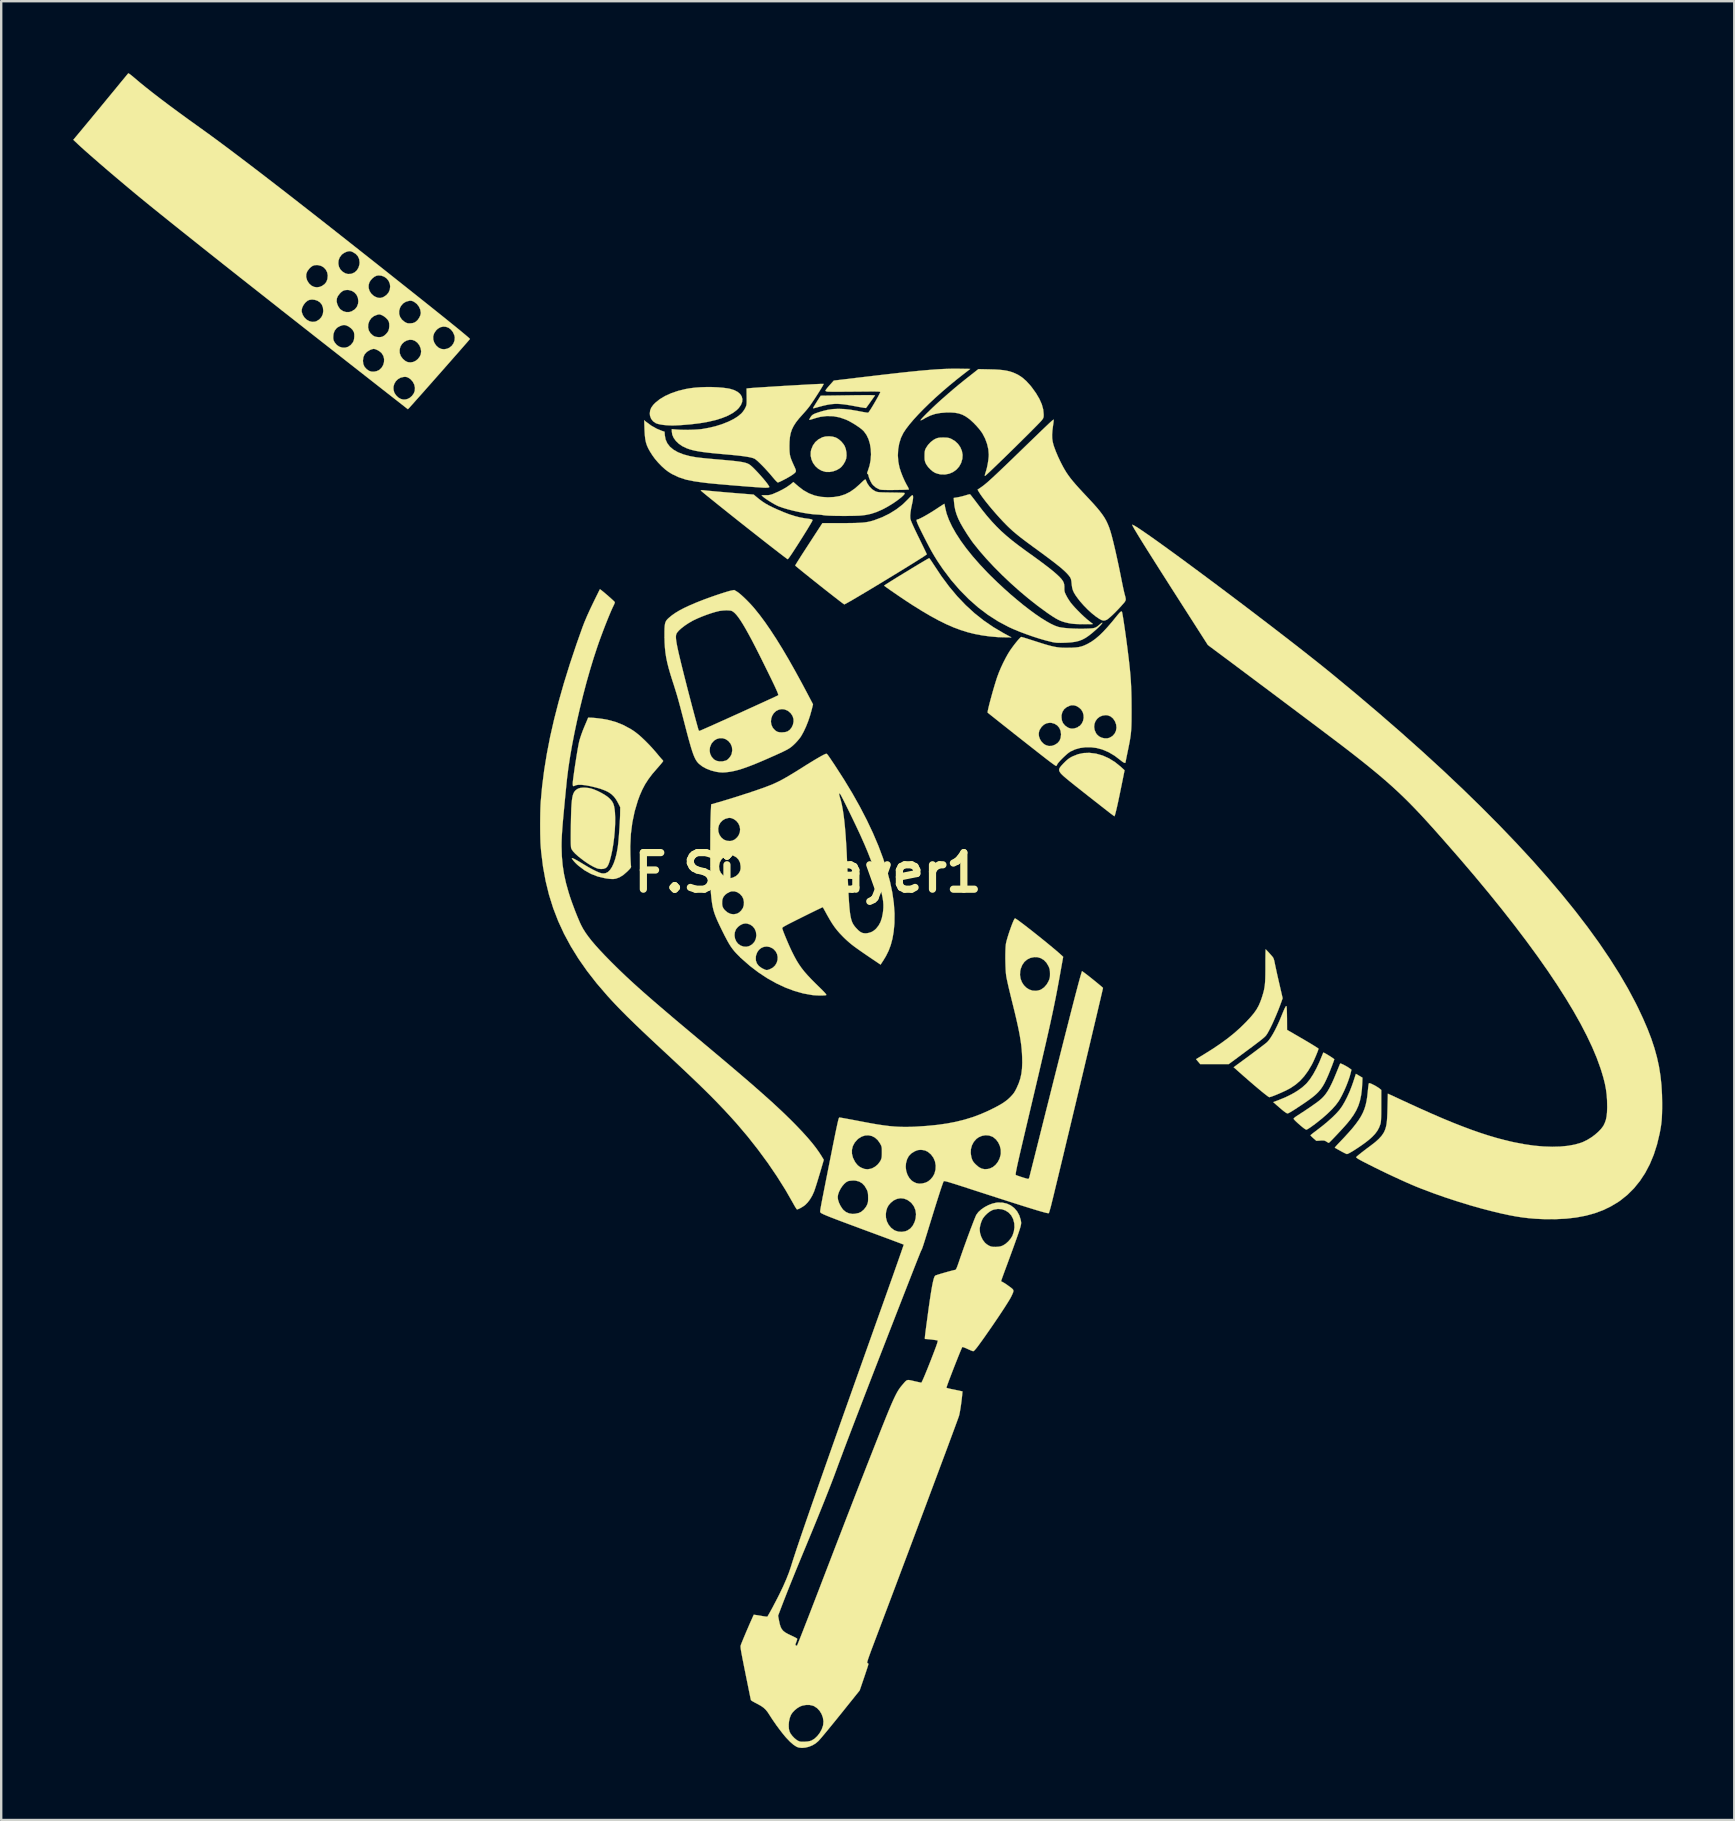
<source format=kicad_pcb>
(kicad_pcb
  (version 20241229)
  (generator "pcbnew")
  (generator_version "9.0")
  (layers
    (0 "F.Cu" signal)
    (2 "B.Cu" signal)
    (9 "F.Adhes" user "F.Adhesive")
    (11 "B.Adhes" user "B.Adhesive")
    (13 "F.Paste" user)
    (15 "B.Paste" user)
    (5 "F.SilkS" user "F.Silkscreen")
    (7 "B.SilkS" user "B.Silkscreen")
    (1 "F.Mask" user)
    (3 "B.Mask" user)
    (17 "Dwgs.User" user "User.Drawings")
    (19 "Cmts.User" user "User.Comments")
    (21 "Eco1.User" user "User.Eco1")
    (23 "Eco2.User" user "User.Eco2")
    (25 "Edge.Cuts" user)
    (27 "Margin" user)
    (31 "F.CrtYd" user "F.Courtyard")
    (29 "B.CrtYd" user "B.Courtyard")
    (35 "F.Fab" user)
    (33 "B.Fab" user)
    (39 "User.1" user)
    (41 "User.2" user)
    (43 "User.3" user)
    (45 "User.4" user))
  (footprint "F.Silk_layer1"
    (layer "F.Cu")
    (at 30.613 33.308)
    (property "Reference" "F.Silk_layer1" (at 0 0 0) (layer "F.SilkS") (effects (font (size 1.524 1.524) (thickness 0.3))))
    (attr through_hole)
    (fp_poly (pts (xy 1.027 -18.166) (xy 1.155 -18.13) (xy 1.169 -18.124) (xy 1.286 -18.053) (xy 1.398 -17.954) (xy 1.492 -17.837) (xy 1.534 -17.765) (xy 1.577 -17.647) (xy 1.602 -17.51) (xy 1.608 -17.371) (xy 1.593 -17.249) (xy 1.59 -17.24) (xy 1.548 -17.132) (xy 1.484 -17.02) (xy 1.407 -16.92) (xy 1.339 -16.857) (xy 1.208 -16.778) (xy 1.058 -16.722) (xy 0.902 -16.693) (xy 0.755 -16.695) (xy 0.73 -16.699) (xy 0.57 -16.747) (xy 0.428 -16.829) (xy 0.308 -16.937) (xy 0.213 -17.068) (xy 0.147 -17.215) (xy 0.114 -17.371) (xy 0.117 -17.533) (xy 0.136 -17.623) (xy 0.205 -17.794) (xy 0.305 -17.937) (xy 0.436 -18.051) (xy 0.597 -18.136) (xy 0.611 -18.141) (xy 0.737 -18.172) (xy 0.882 -18.18) (xy 1.027 -18.166)) (stroke (width 0.01) (type solid)) (fill yes) (layer "F.SilkS"))
    (fp_poly (pts (xy 2.623 -19.894) (xy 2.663 -19.893) (xy 2.796 -19.886) (xy 2.614 -19.628) (xy 2.549 -19.536) (xy 2.493 -19.458) (xy 2.449 -19.398) (xy 2.422 -19.364) (xy 2.417 -19.359) (xy 2.392 -19.36) (xy 2.332 -19.368) (xy 2.245 -19.382) (xy 2.137 -19.401) (xy 2.029 -19.421) (xy 1.793 -19.465) (xy 1.591 -19.498) (xy 1.415 -19.52) (xy 1.257 -19.53) (xy 1.11 -19.53) (xy 0.966 -19.518) (xy 0.819 -19.495) (xy 0.66 -19.46) (xy 0.482 -19.414) (xy 0.434 -19.4) (xy 0.336 -19.373) (xy 0.272 -19.356) (xy 0.234 -19.349) (xy 0.217 -19.349) (xy 0.212 -19.356) (xy 0.212 -19.358) (xy 0.222 -19.378) (xy 0.252 -19.428) (xy 0.296 -19.5) (xy 0.351 -19.588) (xy 0.371 -19.62) (xy 0.53 -19.871) (xy 1.53 -19.885) (xy 1.737 -19.888) (xy 1.935 -19.891) (xy 2.119 -19.893) (xy 2.285 -19.894) (xy 2.428 -19.895) (xy 2.542 -19.895) (xy 2.623 -19.894)) (stroke (width 0.01) (type solid)) (fill yes) (layer "F.SilkS"))
    (fp_poly (pts (xy 5.746 -18.126) (xy 5.823 -18.119) (xy 5.885 -18.106) (xy 5.945 -18.084) (xy 5.974 -18.071) (xy 6.126 -17.981) (xy 6.252 -17.863) (xy 6.349 -17.724) (xy 6.414 -17.57) (xy 6.443 -17.407) (xy 6.433 -17.243) (xy 6.382 -17.069) (xy 6.297 -16.916) (xy 6.183 -16.789) (xy 6.045 -16.69) (xy 5.887 -16.622) (xy 5.715 -16.589) (xy 5.533 -16.593) (xy 5.506 -16.597) (xy 5.419 -16.617) (xy 5.331 -16.645) (xy 5.299 -16.657) (xy 5.203 -16.715) (xy 5.102 -16.8) (xy 5.008 -16.899) (xy 4.935 -17.002) (xy 4.916 -17.037) (xy 4.889 -17.097) (xy 4.872 -17.152) (xy 4.862 -17.213) (xy 4.859 -17.295) (xy 4.859 -17.367) (xy 4.861 -17.469) (xy 4.866 -17.542) (xy 4.878 -17.599) (xy 4.898 -17.652) (xy 4.919 -17.693) (xy 5.003 -17.82) (xy 5.113 -17.938) (xy 5.237 -18.033) (xy 5.308 -18.072) (xy 5.371 -18.099) (xy 5.429 -18.115) (xy 5.494 -18.124) (xy 5.582 -18.127) (xy 5.641 -18.128) (xy 5.746 -18.126)) (stroke (width 0.01) (type solid)) (fill yes) (layer "F.SilkS"))
    (fp_poly (pts (xy -3.989 -20.23) (xy -3.753 -20.22) (xy -3.535 -20.202) (xy -3.342 -20.176) (xy -3.249 -20.158) (xy -3.073 -20.104) (xy -2.933 -20.031) (xy -2.828 -19.943) (xy -2.761 -19.841) (xy -2.732 -19.729) (xy -2.742 -19.61) (xy -2.792 -19.486) (xy -2.882 -19.359) (xy -2.963 -19.277) (xy -3.126 -19.154) (xy -3.329 -19.043) (xy -3.57 -18.944) (xy -3.847 -18.857) (xy -4.161 -18.784) (xy -4.509 -18.724) (xy -4.891 -18.678) (xy -5.26 -18.648) (xy -5.407 -18.639) (xy -5.524 -18.634) (xy -5.62 -18.631) (xy -5.709 -18.632) (xy -5.8 -18.636) (xy -5.895 -18.641) (xy -6.019 -18.653) (xy -6.139 -18.671) (xy -6.244 -18.694) (xy -6.322 -18.719) (xy -6.338 -18.726) (xy -6.452 -18.805) (xy -6.534 -18.91) (xy -6.58 -19.036) (xy -6.589 -19.135) (xy -6.574 -19.258) (xy -6.528 -19.373) (xy -6.447 -19.486) (xy -6.359 -19.577) (xy -6.172 -19.727) (xy -5.949 -19.86) (xy -5.693 -19.976) (xy -5.41 -20.072) (xy -5.101 -20.148) (xy -4.908 -20.182) (xy -4.701 -20.207) (xy -4.473 -20.223) (xy -4.232 -20.231) (xy -3.989 -20.23)) (stroke (width 0.01) (type solid)) (fill yes) (layer "F.SilkS"))
    (fp_poly (pts (xy 22.967 8.463) (xy 23.103 8.543) (xy 23.097 8.722) (xy 23.081 9.012) (xy 23.049 9.268) (xy 23.001 9.498) (xy 22.934 9.709) (xy 22.843 9.909) (xy 22.728 10.104) (xy 22.585 10.303) (xy 22.463 10.452) (xy 22.4 10.524) (xy 22.322 10.611) (xy 22.234 10.708) (xy 22.14 10.809) (xy 22.045 10.911) (xy 21.953 11.008) (xy 21.869 11.096) (xy 21.797 11.169) (xy 21.742 11.224) (xy 21.708 11.255) (xy 21.699 11.26) (xy 21.675 11.249) (xy 21.628 11.222) (xy 21.601 11.206) (xy 21.554 11.178) (xy 21.511 11.164) (xy 21.458 11.159) (xy 21.382 11.161) (xy 21.35 11.163) (xy 21.183 11.175) (xy 21.058 11.066) (xy 21 11.013) (xy 20.958 10.97) (xy 20.939 10.944) (xy 20.939 10.942) (xy 20.957 10.925) (xy 21.003 10.887) (xy 21.072 10.832) (xy 21.159 10.766) (xy 21.241 10.704) (xy 21.456 10.537) (xy 21.658 10.369) (xy 21.841 10.205) (xy 21.999 10.05) (xy 22.127 9.909) (xy 22.15 9.881) (xy 22.254 9.736) (xy 22.36 9.557) (xy 22.466 9.351) (xy 22.568 9.127) (xy 22.66 8.891) (xy 22.718 8.726) (xy 22.83 8.383) (xy 22.967 8.463)) (stroke (width 0.01) (type solid)) (fill yes) (layer "F.SilkS"))
    (fp_poly (pts (xy 11.987 -4.96) (xy 12.012 -4.955) (xy 12.279 -4.879) (xy 12.54 -4.762) (xy 12.792 -4.606) (xy 13.033 -4.412) (xy 13.046 -4.399) (xy 13.192 -4.265) (xy 13.103 -3.821) (xy 13.038 -3.502) (xy 12.98 -3.221) (xy 12.929 -2.978) (xy 12.884 -2.774) (xy 12.846 -2.61) (xy 12.815 -2.485) (xy 12.791 -2.4) (xy 12.774 -2.357) (xy 12.768 -2.35) (xy 12.747 -2.363) (xy 12.699 -2.398) (xy 12.629 -2.45) (xy 12.544 -2.515) (xy 12.478 -2.567) (xy 12.185 -2.796) (xy 11.923 -3.001) (xy 11.692 -3.182) (xy 11.488 -3.343) (xy 11.31 -3.484) (xy 11.155 -3.606) (xy 11.023 -3.712) (xy 10.911 -3.802) (xy 10.818 -3.879) (xy 10.74 -3.943) (xy 10.677 -3.997) (xy 10.627 -4.042) (xy 10.588 -4.08) (xy 10.557 -4.111) (xy 10.533 -4.138) (xy 10.515 -4.162) (xy 10.509 -4.17) (xy 10.476 -4.226) (xy 10.463 -4.277) (xy 10.473 -4.331) (xy 10.507 -4.392) (xy 10.568 -4.467) (xy 10.659 -4.564) (xy 10.665 -4.569) (xy 10.758 -4.661) (xy 10.837 -4.728) (xy 10.913 -4.782) (xy 11 -4.83) (xy 11.028 -4.844) (xy 11.254 -4.934) (xy 11.487 -4.983) (xy 11.731 -4.991) (xy 11.987 -4.96)) (stroke (width 0.01) (type solid)) (fill yes) (layer "F.SilkS"))
    (fp_poly (pts (xy 21.495 7.502) (xy 21.543 7.526) (xy 21.61 7.564) (xy 21.686 7.61) (xy 21.764 7.658) (xy 21.835 7.705) (xy 21.891 7.744) (xy 21.924 7.77) (xy 21.929 7.777) (xy 21.921 7.807) (xy 21.9 7.868) (xy 21.869 7.953) (xy 21.831 8.055) (xy 21.787 8.167) (xy 21.743 8.279) (xy 21.699 8.386) (xy 21.666 8.464) (xy 21.59 8.634) (xy 21.517 8.781) (xy 21.442 8.91) (xy 21.361 9.026) (xy 21.27 9.133) (xy 21.164 9.238) (xy 21.037 9.345) (xy 20.887 9.458) (xy 20.707 9.584) (xy 20.553 9.688) (xy 20.395 9.792) (xy 20.269 9.875) (xy 20.17 9.937) (xy 20.094 9.982) (xy 20.04 10.012) (xy 20.002 10.028) (xy 19.977 10.033) (xy 19.976 10.033) (xy 19.944 10.02) (xy 19.891 9.987) (xy 19.827 9.94) (xy 19.819 9.934) (xy 19.744 9.872) (xy 19.654 9.796) (xy 19.565 9.719) (xy 19.541 9.698) (xy 19.387 9.561) (xy 19.605 9.48) (xy 19.893 9.362) (xy 20.157 9.232) (xy 20.392 9.093) (xy 20.594 8.948) (xy 20.759 8.799) (xy 20.784 8.772) (xy 20.918 8.606) (xy 21.052 8.401) (xy 21.183 8.161) (xy 21.31 7.891) (xy 21.38 7.721) (xy 21.416 7.633) (xy 21.446 7.56) (xy 21.466 7.512) (xy 21.474 7.496) (xy 21.495 7.502)) (stroke (width 0.01) (type solid)) (fill yes) (layer "F.SilkS"))
    (fp_poly (pts (xy 22.198 7.955) (xy 22.247 7.973) (xy 22.315 8.004) (xy 22.391 8.045) (xy 22.469 8.089) (xy 22.537 8.132) (xy 22.557 8.146) (xy 22.645 8.211) (xy 22.616 8.333) (xy 22.57 8.5) (xy 22.506 8.688) (xy 22.428 8.888) (xy 22.342 9.087) (xy 22.251 9.274) (xy 22.162 9.439) (xy 22.105 9.531) (xy 21.985 9.691) (xy 21.83 9.864) (xy 21.642 10.047) (xy 21.426 10.237) (xy 21.186 10.429) (xy 21.011 10.559) (xy 20.927 10.618) (xy 20.853 10.666) (xy 20.797 10.698) (xy 20.767 10.71) (xy 20.767 10.71) (xy 20.733 10.696) (xy 20.68 10.663) (xy 20.63 10.625) (xy 20.518 10.532) (xy 20.418 10.445) (xy 20.336 10.369) (xy 20.276 10.309) (xy 20.241 10.267) (xy 20.235 10.253) (xy 20.252 10.228) (xy 20.296 10.189) (xy 20.357 10.146) (xy 20.537 10.029) (xy 20.714 9.913) (xy 20.882 9.8) (xy 21.034 9.695) (xy 21.165 9.602) (xy 21.269 9.525) (xy 21.311 9.492) (xy 21.409 9.407) (xy 21.499 9.314) (xy 21.583 9.209) (xy 21.664 9.088) (xy 21.745 8.945) (xy 21.829 8.776) (xy 21.919 8.576) (xy 22.016 8.341) (xy 22.034 8.297) (xy 22.079 8.187) (xy 22.118 8.091) (xy 22.149 8.015) (xy 22.169 7.967) (xy 22.175 7.954) (xy 22.198 7.955)) (stroke (width 0.01) (type solid)) (fill yes) (layer "F.SilkS"))
    (fp_poly (pts (xy 5.069 -13.085) (xy 5.103 -13.038) (xy 5.152 -12.968) (xy 5.209 -12.88) (xy 5.239 -12.834) (xy 5.557 -12.355) (xy 5.883 -11.916) (xy 6.22 -11.514) (xy 6.57 -11.147) (xy 6.935 -10.812) (xy 7.319 -10.507) (xy 7.723 -10.23) (xy 8.15 -9.978) (xy 8.181 -9.961) (xy 8.477 -9.801) (xy 8.234 -9.804) (xy 8.125 -9.806) (xy 8.023 -9.809) (xy 7.938 -9.812) (xy 7.895 -9.814) (xy 7.567 -9.843) (xy 7.254 -9.886) (xy 6.951 -9.943) (xy 6.654 -10.017) (xy 6.359 -10.109) (xy 6.061 -10.221) (xy 5.755 -10.355) (xy 5.438 -10.512) (xy 5.104 -10.694) (xy 4.749 -10.903) (xy 4.375 -11.136) (xy 4.264 -11.208) (xy 4.14 -11.289) (xy 4.008 -11.377) (xy 3.871 -11.469) (xy 3.735 -11.561) (xy 3.604 -11.651) (xy 3.482 -11.735) (xy 3.375 -11.81) (xy 3.286 -11.873) (xy 3.22 -11.921) (xy 3.183 -11.95) (xy 3.175 -11.959) (xy 3.192 -11.973) (xy 3.242 -12.006) (xy 3.32 -12.056) (xy 3.422 -12.121) (xy 3.543 -12.196) (xy 3.68 -12.282) (xy 3.829 -12.373) (xy 3.986 -12.469) (xy 4.145 -12.566) (xy 4.304 -12.663) (xy 4.458 -12.756) (xy 4.602 -12.843) (xy 4.734 -12.921) (xy 4.848 -12.989) (xy 4.941 -13.043) (xy 5.008 -13.081) (xy 5.045 -13.1) (xy 5.051 -13.102) (xy 5.069 -13.085)) (stroke (width 0.01) (type solid)) (fill yes) (layer "F.SilkS"))
    (fp_poly (pts (xy -9.257 -3.539) (xy -9.128 -3.524) (xy -9.038 -3.505) (xy -8.911 -3.464) (xy -8.768 -3.403) (xy -8.621 -3.33) (xy -8.482 -3.251) (xy -8.364 -3.172) (xy -8.303 -3.122) (xy -8.218 -3.039) (xy -8.155 -2.959) (xy -8.11 -2.873) (xy -8.078 -2.771) (xy -8.056 -2.644) (xy -8.041 -2.504) (xy -8.031 -2.279) (xy -8.034 -2.025) (xy -8.048 -1.752) (xy -8.074 -1.47) (xy -8.11 -1.19) (xy -8.155 -0.924) (xy -8.208 -0.68) (xy -8.211 -0.67) (xy -8.252 -0.516) (xy -8.29 -0.398) (xy -8.327 -0.31) (xy -8.365 -0.248) (xy -8.408 -0.205) (xy -8.428 -0.191) (xy -8.514 -0.159) (xy -8.621 -0.15) (xy -8.733 -0.164) (xy -8.79 -0.18) (xy -8.936 -0.245) (xy -9.102 -0.338) (xy -9.282 -0.457) (xy -9.377 -0.526) (xy -9.552 -0.662) (xy -9.688 -0.782) (xy -9.786 -0.887) (xy -9.847 -0.977) (xy -9.866 -1.023) (xy -9.873 -1.065) (xy -9.877 -1.137) (xy -9.881 -1.24) (xy -9.882 -1.378) (xy -9.882 -1.551) (xy -9.88 -1.764) (xy -9.878 -1.947) (xy -9.873 -2.23) (xy -9.867 -2.473) (xy -9.86 -2.68) (xy -9.849 -2.856) (xy -9.836 -3.002) (xy -9.819 -3.122) (xy -9.798 -3.219) (xy -9.771 -3.298) (xy -9.739 -3.36) (xy -9.701 -3.41) (xy -9.655 -3.451) (xy -9.602 -3.486) (xy -9.567 -3.504) (xy -9.488 -3.529) (xy -9.381 -3.54) (xy -9.257 -3.539)) (stroke (width 0.01) (type solid)) (fill yes) (layer "F.SilkS"))
    (fp_poly (pts (xy 23.426 8.779) (xy 23.488 8.805) (xy 23.563 8.842) (xy 23.652 8.889) (xy 23.734 8.939) (xy 23.798 8.981) (xy 23.812 8.993) (xy 23.887 9.055) (xy 23.886 9.708) (xy 23.886 9.897) (xy 23.885 10.05) (xy 23.882 10.17) (xy 23.879 10.265) (xy 23.874 10.338) (xy 23.868 10.395) (xy 23.86 10.442) (xy 23.849 10.483) (xy 23.847 10.488) (xy 23.795 10.625) (xy 23.723 10.757) (xy 23.626 10.887) (xy 23.501 11.018) (xy 23.346 11.153) (xy 23.157 11.297) (xy 22.969 11.428) (xy 22.811 11.532) (xy 22.679 11.615) (xy 22.575 11.675) (xy 22.5 11.713) (xy 22.457 11.726) (xy 22.456 11.726) (xy 22.427 11.716) (xy 22.369 11.689) (xy 22.291 11.65) (xy 22.2 11.601) (xy 22.193 11.597) (xy 22.104 11.547) (xy 22.03 11.505) (xy 21.976 11.475) (xy 21.952 11.46) (xy 21.952 11.46) (xy 21.962 11.442) (xy 21.997 11.401) (xy 22.051 11.341) (xy 22.118 11.27) (xy 22.121 11.266) (xy 22.342 11.034) (xy 22.533 10.825) (xy 22.697 10.637) (xy 22.835 10.463) (xy 22.951 10.302) (xy 23.047 10.147) (xy 23.125 9.996) (xy 23.187 9.843) (xy 23.236 9.686) (xy 23.273 9.519) (xy 23.302 9.339) (xy 23.324 9.142) (xy 23.328 9.097) (xy 23.339 8.989) (xy 23.35 8.895) (xy 23.36 8.824) (xy 23.369 8.784) (xy 23.371 8.78) (xy 23.389 8.771) (xy 23.426 8.779)) (stroke (width 0.01) (type solid)) (fill yes) (layer "F.SilkS"))
    (fp_poly (pts (xy -4.355 -15.932) (xy -4.274 -15.923) (xy -4.158 -15.911) (xy -4.012 -15.898) (xy -3.843 -15.882) (xy -3.659 -15.866) (xy -3.464 -15.849) (xy -3.267 -15.832) (xy -3.072 -15.816) (xy -2.888 -15.801) (xy -2.775 -15.792) (xy -2.259 -15.751) (xy -2.183 -15.685) (xy -2.042 -15.569) (xy -1.91 -15.47) (xy -1.778 -15.383) (xy -1.634 -15.301) (xy -1.469 -15.219) (xy -1.289 -15.136) (xy -1.019 -15.021) (xy -0.775 -14.928) (xy -0.552 -14.856) (xy -0.341 -14.802) (xy -0.136 -14.764) (xy -0.058 -14.754) (xy 0.049 -14.739) (xy 0.121 -14.727) (xy 0.164 -14.714) (xy 0.185 -14.699) (xy 0.191 -14.68) (xy 0.179 -14.653) (xy 0.147 -14.595) (xy 0.097 -14.508) (xy 0.03 -14.396) (xy -0.05 -14.264) (xy -0.143 -14.114) (xy -0.245 -13.951) (xy -0.355 -13.778) (xy -0.462 -13.61) (xy -0.568 -13.446) (xy -0.654 -13.314) (xy -0.722 -13.213) (xy -0.774 -13.14) (xy -0.81 -13.092) (xy -0.835 -13.066) (xy -0.847 -13.06) (xy -0.867 -13.072) (xy -0.916 -13.109) (xy -0.993 -13.166) (xy -1.093 -13.243) (xy -1.214 -13.335) (xy -1.352 -13.442) (xy -1.504 -13.559) (xy -1.666 -13.686) (xy -1.708 -13.718) (xy -1.932 -13.894) (xy -2.161 -14.074) (xy -2.392 -14.255) (xy -2.622 -14.437) (xy -2.849 -14.616) (xy -3.07 -14.792) (xy -3.284 -14.962) (xy -3.487 -15.125) (xy -3.678 -15.277) (xy -3.854 -15.419) (xy -4.013 -15.547) (xy -4.152 -15.659) (xy -4.268 -15.754) (xy -4.36 -15.83) (xy -4.425 -15.885) (xy -4.46 -15.917) (xy -4.466 -15.924) (xy -4.447 -15.934) (xy -4.396 -15.935) (xy -4.355 -15.932)) (stroke (width 0.01) (type solid)) (fill yes) (layer "F.SilkS"))
    (fp_poly (pts (xy 19.089 3.211) (xy 19.127 3.25) (xy 19.179 3.305) (xy 19.238 3.37) (xy 19.296 3.436) (xy 19.347 3.495) (xy 19.376 3.531) (xy 19.4 3.578) (xy 19.424 3.653) (xy 19.444 3.741) (xy 19.444 3.744) (xy 19.456 3.805) (xy 19.476 3.9) (xy 19.503 4.024) (xy 19.534 4.17) (xy 19.57 4.33) (xy 19.609 4.499) (xy 19.625 4.569) (xy 19.778 5.233) (xy 19.74 5.342) (xy 19.67 5.533) (xy 19.595 5.729) (xy 19.515 5.923) (xy 19.434 6.111) (xy 19.355 6.288) (xy 19.278 6.448) (xy 19.207 6.586) (xy 19.145 6.697) (xy 19.093 6.775) (xy 19.077 6.796) (xy 19.05 6.824) (xy 19.016 6.857) (xy 18.972 6.895) (xy 18.917 6.941) (xy 18.846 6.997) (xy 18.758 7.065) (xy 18.649 7.148) (xy 18.518 7.247) (xy 18.36 7.364) (xy 18.174 7.502) (xy 17.957 7.663) (xy 17.935 7.68) (xy 17.528 7.98) (xy 16.345 7.98) (xy 16.258 7.876) (xy 16.171 7.772) (xy 16.494 7.576) (xy 16.861 7.346) (xy 17.193 7.122) (xy 17.494 6.902) (xy 17.769 6.68) (xy 18.024 6.452) (xy 18.263 6.216) (xy 18.442 6.022) (xy 18.58 5.858) (xy 18.689 5.704) (xy 18.777 5.547) (xy 18.852 5.373) (xy 18.899 5.243) (xy 18.94 5.116) (xy 18.973 5.003) (xy 19 4.897) (xy 19.02 4.792) (xy 19.036 4.681) (xy 19.047 4.558) (xy 19.054 4.416) (xy 19.058 4.25) (xy 19.06 4.052) (xy 19.06 3.889) (xy 19.06 3.723) (xy 19.061 3.571) (xy 19.063 3.438) (xy 19.065 3.329) (xy 19.067 3.25) (xy 19.069 3.205) (xy 19.071 3.196) (xy 19.089 3.211)) (stroke (width 0.01) (type solid)) (fill yes) (layer "F.SilkS"))
    (fp_poly (pts (xy 19.934 5.563) (xy 19.941 5.577) (xy 19.946 5.61) (xy 19.95 5.679) (xy 19.954 5.776) (xy 19.957 5.895) (xy 19.959 6.03) (xy 19.96 6.085) (xy 19.962 6.551) (xy 20.617 6.931) (xy 20.768 7.019) (xy 20.907 7.102) (xy 21.029 7.176) (xy 21.131 7.239) (xy 21.208 7.288) (xy 21.257 7.322) (xy 21.273 7.336) (xy 21.264 7.372) (xy 21.241 7.438) (xy 21.207 7.525) (xy 21.166 7.626) (xy 21.12 7.732) (xy 21.074 7.836) (xy 21.03 7.928) (xy 20.993 8) (xy 20.993 8.001) (xy 20.838 8.261) (xy 20.676 8.483) (xy 20.503 8.673) (xy 20.314 8.836) (xy 20.105 8.975) (xy 20.071 8.995) (xy 19.976 9.045) (xy 19.864 9.1) (xy 19.741 9.157) (xy 19.616 9.212) (xy 19.496 9.262) (xy 19.387 9.305) (xy 19.298 9.336) (xy 19.236 9.353) (xy 19.217 9.356) (xy 19.195 9.343) (xy 19.147 9.309) (xy 19.08 9.258) (xy 19 9.196) (xy 18.988 9.186) (xy 18.888 9.105) (xy 18.763 9.001) (xy 18.618 8.879) (xy 18.461 8.744) (xy 18.296 8.601) (xy 18.13 8.456) (xy 17.97 8.314) (xy 17.923 8.273) (xy 17.737 8.107) (xy 18.005 7.911) (xy 18.196 7.771) (xy 18.378 7.637) (xy 18.549 7.51) (xy 18.705 7.393) (xy 18.842 7.29) (xy 18.957 7.202) (xy 19.047 7.132) (xy 19.109 7.082) (xy 19.132 7.062) (xy 19.203 6.983) (xy 19.283 6.869) (xy 19.371 6.726) (xy 19.462 6.56) (xy 19.553 6.376) (xy 19.642 6.181) (xy 19.717 6.001) (xy 19.761 5.893) (xy 19.804 5.789) (xy 19.843 5.7) (xy 19.871 5.641) (xy 19.902 5.583) (xy 19.921 5.559) (xy 19.934 5.563)) (stroke (width 0.01) (type solid)) (fill yes) (layer "F.SilkS"))
    (fp_poly (pts (xy -6.739 -18.779) (xy -6.526 -18.622) (xy -6.302 -18.496) (xy -6.083 -18.406) (xy -5.975 -18.371) (xy -5.964 -18.224) (xy -5.932 -18.047) (xy -5.86 -17.888) (xy -5.751 -17.746) (xy -5.603 -17.622) (xy -5.416 -17.515) (xy -5.191 -17.426) (xy -4.928 -17.355) (xy -4.657 -17.305) (xy -4.577 -17.295) (xy -4.463 -17.282) (xy -4.322 -17.267) (xy -4.163 -17.251) (xy -3.993 -17.236) (xy -3.82 -17.22) (xy -3.799 -17.219) (xy -3.539 -17.196) (xy -3.317 -17.176) (xy -3.13 -17.158) (xy -2.973 -17.14) (xy -2.844 -17.123) (xy -2.738 -17.106) (xy -2.651 -17.087) (xy -2.58 -17.068) (xy -2.521 -17.047) (xy -2.47 -17.023) (xy -2.445 -17.008) (xy -2.391 -16.969) (xy -2.319 -16.906) (xy -2.234 -16.823) (xy -2.14 -16.726) (xy -2.041 -16.62) (xy -1.943 -16.51) (xy -1.849 -16.401) (xy -1.765 -16.299) (xy -1.695 -16.209) (xy -1.643 -16.135) (xy -1.613 -16.083) (xy -1.609 -16.065) (xy -1.629 -16.05) (xy -1.685 -16.04) (xy -1.77 -16.037) (xy -1.841 -16.039) (xy -1.929 -16.044) (xy -2.052 -16.053) (xy -2.204 -16.063) (xy -2.38 -16.076) (xy -2.572 -16.091) (xy -2.775 -16.107) (xy -2.981 -16.124) (xy -3.186 -16.14) (xy -3.381 -16.157) (xy -3.562 -16.173) (xy -3.672 -16.182) (xy -3.856 -16.199) (xy -4.006 -16.213) (xy -4.131 -16.226) (xy -4.242 -16.238) (xy -4.347 -16.251) (xy -4.455 -16.265) (xy -4.574 -16.282) (xy -4.715 -16.302) (xy -4.752 -16.308) (xy -5.08 -16.374) (xy -5.384 -16.475) (xy -5.663 -16.607) (xy -5.805 -16.694) (xy -5.946 -16.8) (xy -6.094 -16.933) (xy -6.241 -17.085) (xy -6.376 -17.243) (xy -6.482 -17.389) (xy -6.578 -17.54) (xy -6.653 -17.674) (xy -6.71 -17.801) (xy -6.751 -17.93) (xy -6.779 -18.071) (xy -6.797 -18.233) (xy -6.808 -18.426) (xy -6.81 -18.478) (xy -6.822 -18.847) (xy -6.739 -18.779)) (stroke (width 0.01) (type solid)) (fill yes) (layer "F.SilkS"))
    (fp_poly (pts (xy 7.567 -20.969) (xy 7.788 -20.963) (xy 7.974 -20.952) (xy 8.133 -20.936) (xy 8.27 -20.914) (xy 8.395 -20.886) (xy 8.513 -20.849) (xy 8.571 -20.827) (xy 8.755 -20.742) (xy 8.926 -20.63) (xy 9.09 -20.488) (xy 9.254 -20.31) (xy 9.323 -20.225) (xy 9.503 -19.975) (xy 9.643 -19.738) (xy 9.743 -19.512) (xy 9.802 -19.297) (xy 9.821 -19.096) (xy 9.82 -19.015) (xy 9.811 -18.96) (xy 9.791 -18.914) (xy 9.752 -18.861) (xy 9.74 -18.846) (xy 9.706 -18.806) (xy 9.645 -18.742) (xy 9.562 -18.657) (xy 9.459 -18.552) (xy 9.339 -18.431) (xy 9.205 -18.296) (xy 9.058 -18.151) (xy 8.903 -17.997) (xy 8.742 -17.838) (xy 8.579 -17.677) (xy 8.414 -17.516) (xy 8.253 -17.358) (xy 8.096 -17.206) (xy 7.948 -17.063) (xy 7.811 -16.931) (xy 7.688 -16.813) (xy 7.582 -16.712) (xy 7.495 -16.631) (xy 7.43 -16.572) (xy 7.39 -16.538) (xy 7.379 -16.531) (xy 7.366 -16.547) (xy 7.366 -16.547) (xy 7.372 -16.573) (xy 7.388 -16.629) (xy 7.411 -16.705) (xy 7.42 -16.732) (xy 7.457 -16.868) (xy 7.489 -17.021) (xy 7.514 -17.177) (xy 7.53 -17.321) (xy 7.534 -17.42) (xy 7.516 -17.637) (xy 7.464 -17.862) (xy 7.383 -18.083) (xy 7.277 -18.287) (xy 7.248 -18.333) (xy 7.152 -18.463) (xy 7.032 -18.603) (xy 6.901 -18.74) (xy 6.77 -18.861) (xy 6.722 -18.901) (xy 6.579 -19.003) (xy 6.437 -19.079) (xy 6.286 -19.131) (xy 6.118 -19.162) (xy 5.926 -19.174) (xy 5.748 -19.171) (xy 5.51 -19.151) (xy 5.298 -19.111) (xy 5.103 -19.046) (xy 4.911 -18.954) (xy 4.821 -18.901) (xy 4.76 -18.867) (xy 4.712 -18.848) (xy 4.692 -18.845) (xy 4.698 -18.862) (xy 4.731 -18.905) (xy 4.788 -18.968) (xy 4.866 -19.049) (xy 4.96 -19.144) (xy 5.068 -19.249) (xy 5.184 -19.362) (xy 5.306 -19.477) (xy 5.43 -19.592) (xy 5.553 -19.703) (xy 5.567 -19.715) (xy 5.824 -19.941) (xy 6.064 -20.147) (xy 6.299 -20.343) (xy 6.543 -20.54) (xy 6.736 -20.692) (xy 7.101 -20.979) (xy 7.567 -20.969)) (stroke (width 0.01) (type solid)) (fill yes) (layer "F.SilkS"))
    (fp_poly (pts (xy 2.4 -16.378) (xy 2.405 -16.37) (xy 2.473 -16.217) (xy 2.565 -16.082) (xy 2.675 -15.972) (xy 2.795 -15.896) (xy 2.799 -15.894) (xy 2.835 -15.879) (xy 2.87 -15.867) (xy 2.911 -15.858) (xy 2.963 -15.851) (xy 3.032 -15.846) (xy 3.124 -15.843) (xy 3.245 -15.84) (xy 3.4 -15.838) (xy 3.45 -15.838) (xy 3.598 -15.835) (xy 3.733 -15.833) (xy 3.848 -15.83) (xy 3.938 -15.827) (xy 3.997 -15.824) (xy 4.017 -15.821) (xy 4.031 -15.801) (xy 4.013 -15.762) (xy 3.965 -15.708) (xy 3.894 -15.642) (xy 3.801 -15.568) (xy 3.693 -15.487) (xy 3.572 -15.404) (xy 3.442 -15.321) (xy 3.309 -15.242) (xy 3.175 -15.169) (xy 3.082 -15.122) (xy 2.851 -15.022) (xy 2.632 -14.95) (xy 2.411 -14.903) (xy 2.241 -14.882) (xy 2.138 -14.874) (xy 2.006 -14.869) (xy 1.852 -14.865) (xy 1.684 -14.863) (xy 1.508 -14.862) (xy 1.332 -14.863) (xy 1.161 -14.865) (xy 1.003 -14.869) (xy 0.864 -14.874) (xy 0.752 -14.881) (xy 0.673 -14.889) (xy 0.656 -14.892) (xy 0.56 -14.907) (xy 0.457 -14.917) (xy 0.398 -14.92) (xy 0.231 -14.93) (xy 0.035 -14.954) (xy -0.181 -14.989) (xy -0.408 -15.034) (xy -0.634 -15.085) (xy -0.852 -15.142) (xy -1.05 -15.202) (xy -1.22 -15.263) (xy -1.228 -15.266) (xy -1.304 -15.302) (xy -1.4 -15.353) (xy -1.508 -15.416) (xy -1.617 -15.483) (xy -1.719 -15.55) (xy -1.807 -15.611) (xy -1.87 -15.661) (xy -1.892 -15.682) (xy -1.932 -15.727) (xy -1.763 -15.725) (xy -1.657 -15.727) (xy -1.571 -15.74) (xy -1.483 -15.767) (xy -1.448 -15.781) (xy -1.24 -15.871) (xy -1.044 -15.97) (xy -0.868 -16.075) (xy -0.722 -16.179) (xy -0.69 -16.205) (xy -0.608 -16.275) (xy -0.415 -16.106) (xy -0.192 -15.934) (xy 0.041 -15.803) (xy 0.286 -15.71) (xy 0.547 -15.656) (xy 0.826 -15.637) (xy 1.089 -15.65) (xy 1.328 -15.69) (xy 1.547 -15.761) (xy 1.755 -15.865) (xy 1.956 -16.005) (xy 2.159 -16.184) (xy 2.164 -16.189) (xy 2.253 -16.274) (xy 2.316 -16.333) (xy 2.359 -16.367) (xy 2.386 -16.381) (xy 2.4 -16.378)) (stroke (width 0.01) (type solid)) (fill yes) (layer "F.SilkS"))
    (fp_poly (pts (xy 4.373 -15.708) (xy 4.381 -15.653) (xy 4.376 -15.567) (xy 4.358 -15.456) (xy 4.341 -15.378) (xy 4.301 -15.19) (xy 4.274 -15.021) (xy 4.261 -14.879) (xy 4.264 -14.769) (xy 4.264 -14.762) (xy 4.274 -14.72) (xy 4.293 -14.66) (xy 4.325 -14.58) (xy 4.371 -14.476) (xy 4.431 -14.345) (xy 4.508 -14.183) (xy 4.603 -13.987) (xy 4.616 -13.962) (xy 4.693 -13.804) (xy 4.764 -13.658) (xy 4.827 -13.529) (xy 4.879 -13.421) (xy 4.919 -13.337) (xy 4.944 -13.283) (xy 4.953 -13.263) (xy 4.935 -13.248) (xy 4.884 -13.212) (xy 4.803 -13.158) (xy 4.694 -13.089) (xy 4.562 -13.005) (xy 4.408 -12.908) (xy 4.236 -12.802) (xy 4.049 -12.686) (xy 3.851 -12.564) (xy 3.643 -12.437) (xy 3.429 -12.307) (xy 3.213 -12.175) (xy 2.997 -12.045) (xy 2.784 -11.916) (xy 2.578 -11.792) (xy 2.381 -11.675) (xy 2.197 -11.565) (xy 2.028 -11.465) (xy 1.878 -11.377) (xy 1.75 -11.303) (xy 1.646 -11.244) (xy 1.57 -11.202) (xy 1.525 -11.18) (xy 1.514 -11.176) (xy 1.494 -11.189) (xy 1.443 -11.226) (xy 1.365 -11.284) (xy 1.263 -11.363) (xy 1.14 -11.458) (xy 0.998 -11.569) (xy 0.84 -11.692) (xy 0.67 -11.826) (xy 0.49 -11.968) (xy 0.482 -11.975) (xy 0.302 -12.118) (xy 0.132 -12.253) (xy -0.024 -12.379) (xy -0.165 -12.492) (xy -0.287 -12.591) (xy -0.388 -12.673) (xy -0.464 -12.736) (xy -0.512 -12.777) (xy -0.53 -12.795) (xy -0.53 -12.795) (xy -0.52 -12.817) (xy -0.488 -12.87) (xy -0.438 -12.952) (xy -0.371 -13.058) (xy -0.29 -13.187) (xy -0.196 -13.333) (xy -0.092 -13.493) (xy 0.019 -13.665) (xy 0.035 -13.689) (xy 0.603 -14.562) (xy 1.365 -14.563) (xy 1.611 -14.563) (xy 1.819 -14.565) (xy 1.994 -14.569) (xy 2.143 -14.575) (xy 2.269 -14.583) (xy 2.378 -14.594) (xy 2.475 -14.609) (xy 2.565 -14.627) (xy 2.653 -14.65) (xy 2.744 -14.677) (xy 2.757 -14.681) (xy 3.087 -14.805) (xy 3.4 -14.959) (xy 3.69 -15.14) (xy 3.952 -15.344) (xy 4.18 -15.568) (xy 4.19 -15.579) (xy 4.251 -15.644) (xy 4.303 -15.694) (xy 4.341 -15.723) (xy 4.351 -15.727) (xy 4.373 -15.708)) (stroke (width 0.01) (type solid)) (fill yes) (layer "F.SilkS"))
    (fp_poly (pts (xy 6.752 -15.765) (xy 6.769 -15.747) (xy 6.808 -15.7) (xy 6.864 -15.628) (xy 6.934 -15.538) (xy 7.013 -15.433) (xy 7.055 -15.378) (xy 7.262 -15.106) (xy 7.459 -14.862) (xy 7.653 -14.639) (xy 7.847 -14.431) (xy 8.048 -14.233) (xy 8.263 -14.041) (xy 8.495 -13.847) (xy 8.752 -13.648) (xy 9.038 -13.437) (xy 9.165 -13.345) (xy 9.449 -13.142) (xy 9.698 -12.959) (xy 9.915 -12.796) (xy 10.101 -12.652) (xy 10.257 -12.524) (xy 10.385 -12.412) (xy 10.487 -12.314) (xy 10.564 -12.229) (xy 10.618 -12.155) (xy 10.646 -12.104) (xy 10.673 -12.023) (xy 10.683 -11.93) (xy 10.683 -11.861) (xy 10.683 -11.781) (xy 10.691 -11.718) (xy 10.71 -11.656) (xy 10.746 -11.578) (xy 10.757 -11.555) (xy 10.81 -11.457) (xy 10.877 -11.35) (xy 10.943 -11.254) (xy 10.946 -11.249) (xy 11.027 -11.151) (xy 11.131 -11.035) (xy 11.252 -10.909) (xy 11.38 -10.781) (xy 11.507 -10.661) (xy 11.625 -10.556) (xy 11.695 -10.5) (xy 11.766 -10.443) (xy 11.825 -10.397) (xy 11.863 -10.367) (xy 11.873 -10.359) (xy 11.855 -10.356) (xy 11.802 -10.354) (xy 11.719 -10.353) (xy 11.612 -10.352) (xy 11.488 -10.352) (xy 11.471 -10.352) (xy 11.305 -10.354) (xy 11.173 -10.358) (xy 11.065 -10.365) (xy 10.971 -10.376) (xy 10.883 -10.391) (xy 10.858 -10.396) (xy 10.735 -10.424) (xy 10.626 -10.455) (xy 10.525 -10.492) (xy 10.423 -10.539) (xy 10.314 -10.599) (xy 10.191 -10.676) (xy 10.045 -10.774) (xy 9.944 -10.844) (xy 9.575 -11.114) (xy 9.201 -11.409) (xy 8.826 -11.723) (xy 8.456 -12.053) (xy 8.097 -12.392) (xy 7.755 -12.735) (xy 7.435 -13.077) (xy 7.143 -13.413) (xy 6.883 -13.737) (xy 6.875 -13.748) (xy 6.825 -13.817) (xy 6.761 -13.909) (xy 6.691 -14.013) (xy 6.622 -14.116) (xy 6.621 -14.119) (xy 6.477 -14.349) (xy 6.359 -14.554) (xy 6.266 -14.742) (xy 6.195 -14.918) (xy 6.143 -15.088) (xy 6.108 -15.259) (xy 6.087 -15.438) (xy 6.086 -15.441) (xy 6.073 -15.611) (xy 6.227 -15.636) (xy 6.326 -15.655) (xy 6.441 -15.683) (xy 6.549 -15.713) (xy 6.558 -15.716) (xy 6.639 -15.741) (xy 6.705 -15.758) (xy 6.745 -15.765) (xy 6.752 -15.765)) (stroke (width 0.01) (type solid)) (fill yes) (layer "F.SilkS"))
    (fp_poly (pts (xy 5.689 -15.348) (xy 5.701 -15.297) (xy 5.714 -15.225) (xy 5.716 -15.214) (xy 5.774 -14.968) (xy 5.87 -14.705) (xy 6.001 -14.425) (xy 6.167 -14.132) (xy 6.366 -13.825) (xy 6.599 -13.506) (xy 6.863 -13.178) (xy 7.159 -12.841) (xy 7.483 -12.497) (xy 7.618 -12.361) (xy 7.891 -12.096) (xy 8.166 -11.84) (xy 8.44 -11.595) (xy 8.712 -11.364) (xy 8.977 -11.147) (xy 9.234 -10.949) (xy 9.479 -10.769) (xy 9.71 -10.611) (xy 9.925 -10.477) (xy 10.12 -10.368) (xy 10.292 -10.287) (xy 10.44 -10.236) (xy 10.446 -10.234) (xy 10.558 -10.212) (xy 10.706 -10.193) (xy 10.88 -10.178) (xy 11.073 -10.168) (xy 11.277 -10.163) (xy 11.486 -10.163) (xy 11.525 -10.164) (xy 11.674 -10.168) (xy 11.789 -10.174) (xy 11.877 -10.183) (xy 11.945 -10.199) (xy 12.002 -10.223) (xy 12.056 -10.257) (xy 12.113 -10.303) (xy 12.147 -10.332) (xy 12.201 -10.376) (xy 12.242 -10.406) (xy 12.259 -10.414) (xy 12.264 -10.401) (xy 12.241 -10.364) (xy 12.193 -10.309) (xy 12.125 -10.239) (xy 12.041 -10.158) (xy 12.025 -10.144) (xy 11.854 -9.994) (xy 11.702 -9.873) (xy 11.562 -9.778) (xy 11.426 -9.706) (xy 11.287 -9.654) (xy 11.137 -9.618) (xy 10.967 -9.594) (xy 10.772 -9.581) (xy 10.689 -9.578) (xy 10.55 -9.574) (xy 10.442 -9.575) (xy 10.354 -9.579) (xy 10.274 -9.589) (xy 10.191 -9.604) (xy 10.171 -9.609) (xy 9.927 -9.669) (xy 9.657 -9.746) (xy 9.373 -9.837) (xy 9.086 -9.938) (xy 8.806 -10.044) (xy 8.545 -10.153) (xy 8.361 -10.237) (xy 7.926 -10.468) (xy 7.503 -10.739) (xy 7.094 -11.048) (xy 6.701 -11.395) (xy 6.324 -11.777) (xy 5.965 -12.193) (xy 5.626 -12.643) (xy 5.456 -12.893) (xy 5.367 -13.029) (xy 5.285 -13.161) (xy 5.206 -13.295) (xy 5.125 -13.437) (xy 5.04 -13.595) (xy 4.946 -13.774) (xy 4.84 -13.982) (xy 4.779 -14.103) (xy 4.694 -14.274) (xy 4.628 -14.41) (xy 4.579 -14.516) (xy 4.547 -14.596) (xy 4.529 -14.651) (xy 4.525 -14.687) (xy 4.533 -14.705) (xy 4.552 -14.711) (xy 4.552 -14.711) (xy 4.595 -14.722) (xy 4.667 -14.753) (xy 4.763 -14.801) (xy 4.877 -14.863) (xy 5.003 -14.936) (xy 5.136 -15.016) (xy 5.269 -15.1) (xy 5.319 -15.132) (xy 5.427 -15.204) (xy 5.523 -15.266) (xy 5.601 -15.316) (xy 5.655 -15.351) (xy 5.681 -15.367) (xy 5.682 -15.367) (xy 5.689 -15.348)) (stroke (width 0.01) (type solid)) (fill yes) (layer "F.SilkS"))
    (fp_poly (pts (xy 0.622 -20.294) (xy 0.591 -20.239) (xy 0.541 -20.157) (xy 0.477 -20.054) (xy 0.404 -19.939) (xy 0.326 -19.818) (xy 0.249 -19.7) (xy 0.177 -19.592) (xy 0.115 -19.501) (xy 0.071 -19.439) (xy 0.009 -19.359) (xy -0.071 -19.262) (xy -0.157 -19.164) (xy -0.214 -19.1) (xy -0.372 -18.923) (xy -0.499 -18.762) (xy -0.596 -18.611) (xy -0.669 -18.462) (xy -0.72 -18.308) (xy -0.752 -18.141) (xy -0.768 -17.954) (xy -0.772 -17.791) (xy -0.771 -17.64) (xy -0.765 -17.519) (xy -0.753 -17.416) (xy -0.731 -17.32) (xy -0.697 -17.219) (xy -0.649 -17.102) (xy -0.588 -16.967) (xy -0.54 -16.863) (xy -0.511 -16.789) (xy -0.501 -16.736) (xy -0.511 -16.695) (xy -0.543 -16.657) (xy -0.596 -16.613) (xy -0.626 -16.59) (xy -0.683 -16.551) (xy -0.761 -16.503) (xy -0.854 -16.45) (xy -0.953 -16.396) (xy -1.051 -16.345) (xy -1.138 -16.302) (xy -1.207 -16.271) (xy -1.25 -16.257) (xy -1.255 -16.256) (xy -1.28 -16.272) (xy -1.325 -16.314) (xy -1.385 -16.378) (xy -1.453 -16.458) (xy -1.475 -16.484) (xy -1.582 -16.611) (xy -1.696 -16.739) (xy -1.81 -16.863) (xy -1.922 -16.978) (xy -2.025 -17.079) (xy -2.114 -17.162) (xy -2.186 -17.221) (xy -2.23 -17.249) (xy -2.304 -17.277) (xy -2.409 -17.304) (xy -2.547 -17.329) (xy -2.721 -17.355) (xy -2.931 -17.38) (xy -3.181 -17.405) (xy -3.45 -17.429) (xy -3.739 -17.455) (xy -3.989 -17.479) (xy -4.206 -17.503) (xy -4.393 -17.527) (xy -4.554 -17.552) (xy -4.695 -17.578) (xy -4.819 -17.607) (xy -4.931 -17.639) (xy -5.034 -17.675) (xy -5.061 -17.686) (xy -5.232 -17.768) (xy -5.38 -17.869) (xy -5.502 -17.986) (xy -5.595 -18.114) (xy -5.653 -18.247) (xy -5.672 -18.378) (xy -5.673 -18.479) (xy -5.498 -18.463) (xy -5.343 -18.453) (xy -5.164 -18.448) (xy -4.973 -18.449) (xy -4.781 -18.454) (xy -4.601 -18.464) (xy -4.445 -18.478) (xy -4.384 -18.487) (xy -4.094 -18.54) (xy -3.815 -18.61) (xy -3.554 -18.694) (xy -3.314 -18.79) (xy -3.1 -18.896) (xy -2.919 -19.011) (xy -2.774 -19.131) (xy -2.772 -19.134) (xy -2.707 -19.209) (xy -2.645 -19.299) (xy -2.613 -19.357) (xy -2.59 -19.406) (xy -2.573 -19.447) (xy -2.562 -19.49) (xy -2.556 -19.542) (xy -2.553 -19.613) (xy -2.553 -19.71) (xy -2.554 -19.827) (xy -2.558 -20.17) (xy -2.47 -20.182) (xy -2.422 -20.186) (xy -2.336 -20.193) (xy -2.218 -20.202) (xy -2.07 -20.212) (xy -1.898 -20.223) (xy -1.706 -20.235) (xy -1.498 -20.248) (xy -1.28 -20.262) (xy -1.055 -20.276) (xy -0.829 -20.289) (xy -0.604 -20.302) (xy -0.387 -20.315) (xy -0.181 -20.326) (xy 0.009 -20.337) (xy 0.179 -20.346) (xy 0.324 -20.353) (xy 0.439 -20.358) (xy 0.521 -20.362) (xy 0.556 -20.362) (xy 0.657 -20.362) (xy 0.622 -20.294)) (stroke (width 0.01) (type solid)) (fill yes) (layer "F.SilkS"))
    (fp_poly (pts (xy -8.976 -6.452) (xy -8.846 -6.441) (xy -8.7 -6.424) (xy -8.553 -6.404) (xy -8.417 -6.382) (xy -8.353 -6.369) (xy -8.009 -6.276) (xy -7.679 -6.143) (xy -7.366 -5.972) (xy -7.211 -5.869) (xy -7.076 -5.764) (xy -6.924 -5.631) (xy -6.763 -5.477) (xy -6.597 -5.308) (xy -6.436 -5.132) (xy -6.316 -4.992) (xy -6.237 -4.897) (xy -6.167 -4.814) (xy -6.109 -4.748) (xy -6.07 -4.704) (xy -6.054 -4.689) (xy -6.033 -4.657) (xy -6.032 -4.649) (xy -6.046 -4.626) (xy -6.084 -4.577) (xy -6.141 -4.507) (xy -6.213 -4.423) (xy -6.288 -4.338) (xy -6.483 -4.112) (xy -6.646 -3.896) (xy -6.784 -3.682) (xy -6.902 -3.459) (xy -7.007 -3.219) (xy -7.087 -3.002) (xy -7.221 -2.552) (xy -7.318 -2.086) (xy -7.379 -1.604) (xy -7.403 -1.101) (xy -7.399 -0.744) (xy -7.394 -0.613) (xy -7.389 -0.492) (xy -7.383 -0.39) (xy -7.378 -0.315) (xy -7.373 -0.274) (xy -7.373 -0.273) (xy -7.37 -0.243) (xy -7.379 -0.213) (xy -7.404 -0.177) (xy -7.449 -0.126) (xy -7.521 -0.054) (xy -7.527 -0.047) (xy -7.689 0.094) (xy -7.846 0.193) (xy -8.001 0.25) (xy -8.103 0.266) (xy -8.176 0.265) (xy -8.274 0.258) (xy -8.384 0.245) (xy -8.455 0.233) (xy -8.759 0.161) (xy -9.042 0.051) (xy -9.307 -0.097) (xy -9.555 -0.283) (xy -9.624 -0.344) (xy -9.689 -0.408) (xy -9.75 -0.474) (xy -9.799 -0.534) (xy -9.83 -0.58) (xy -9.837 -0.605) (xy -9.837 -0.606) (xy -9.81 -0.603) (xy -9.749 -0.577) (xy -9.656 -0.528) (xy -9.53 -0.457) (xy -9.374 -0.363) (xy -9.311 -0.325) (xy -9.132 -0.219) (xy -8.968 -0.129) (xy -8.823 -0.057) (xy -8.7 -0.004) (xy -8.607 0.026) (xy -8.589 0.03) (xy -8.512 0.034) (xy -8.434 0.024) (xy -8.429 0.022) (xy -8.336 -0.024) (xy -8.248 -0.11) (xy -8.166 -0.233) (xy -8.092 -0.39) (xy -8.027 -0.579) (xy -7.971 -0.798) (xy -7.927 -1.043) (xy -7.919 -1.101) (xy -7.906 -1.209) (xy -7.892 -1.35) (xy -7.878 -1.515) (xy -7.865 -1.694) (xy -7.852 -1.878) (xy -7.842 -2.059) (xy -7.833 -2.226) (xy -7.827 -2.37) (xy -7.826 -2.437) (xy -7.821 -2.725) (xy -7.914 -2.908) (xy -7.993 -3.047) (xy -8.079 -3.163) (xy -8.18 -3.262) (xy -8.299 -3.345) (xy -8.443 -3.418) (xy -8.616 -3.483) (xy -8.825 -3.545) (xy -8.886 -3.56) (xy -9.094 -3.609) (xy -9.28 -3.642) (xy -9.438 -3.659) (xy -9.566 -3.66) (xy -9.66 -3.644) (xy -9.689 -3.633) (xy -9.749 -3.606) (xy -9.782 -3.606) (xy -9.797 -3.638) (xy -9.8 -3.707) (xy -9.797 -3.766) (xy -9.787 -3.861) (xy -9.771 -3.985) (xy -9.751 -4.132) (xy -9.728 -4.296) (xy -9.702 -4.471) (xy -9.674 -4.651) (xy -9.646 -4.829) (xy -9.618 -5) (xy -9.591 -5.158) (xy -9.566 -5.295) (xy -9.544 -5.406) (xy -9.527 -5.482) (xy -9.493 -5.599) (xy -9.446 -5.742) (xy -9.389 -5.899) (xy -9.326 -6.056) (xy -9.311 -6.091) (xy -9.157 -6.456) (xy -9.078 -6.456) (xy -8.976 -6.452)) (stroke (width 0.01) (type solid)) (fill yes) (layer "F.SilkS"))
    (fp_poly (pts (xy 10.237 -18.874) (xy 10.239 -18.85) (xy 10.234 -18.793) (xy 10.224 -18.711) (xy 10.21 -18.613) (xy 10.21 -18.613) (xy 10.185 -18.415) (xy 10.173 -18.247) (xy 10.176 -18.1) (xy 10.195 -17.962) (xy 10.229 -17.824) (xy 10.25 -17.759) (xy 10.324 -17.558) (xy 10.417 -17.338) (xy 10.522 -17.115) (xy 10.631 -16.905) (xy 10.697 -16.789) (xy 10.768 -16.672) (xy 10.846 -16.558) (xy 10.933 -16.44) (xy 11.034 -16.314) (xy 11.153 -16.175) (xy 11.293 -16.018) (xy 11.458 -15.839) (xy 11.524 -15.769) (xy 11.719 -15.561) (xy 11.888 -15.378) (xy 12.032 -15.215) (xy 12.155 -15.067) (xy 12.26 -14.929) (xy 12.35 -14.796) (xy 12.427 -14.661) (xy 12.493 -14.521) (xy 12.553 -14.371) (xy 12.608 -14.204) (xy 12.661 -14.016) (xy 12.716 -13.801) (xy 12.775 -13.555) (xy 12.815 -13.381) (xy 12.855 -13.202) (xy 12.9 -12.996) (xy 12.947 -12.779) (xy 12.991 -12.566) (xy 13.03 -12.371) (xy 13.04 -12.323) (xy 13.071 -12.166) (xy 13.102 -12.015) (xy 13.131 -11.875) (xy 13.157 -11.756) (xy 13.178 -11.665) (xy 13.189 -11.62) (xy 13.218 -11.514) (xy 13.236 -11.436) (xy 13.24 -11.377) (xy 13.228 -11.327) (xy 13.196 -11.275) (xy 13.143 -11.211) (xy 13.066 -11.125) (xy 13.065 -11.123) (xy 12.946 -10.993) (xy 12.828 -10.871) (xy 12.716 -10.76) (xy 12.615 -10.666) (xy 12.528 -10.592) (xy 12.462 -10.543) (xy 12.435 -10.529) (xy 12.363 -10.505) (xy 12.298 -10.503) (xy 12.229 -10.525) (xy 12.141 -10.573) (xy 12.139 -10.574) (xy 11.989 -10.676) (xy 11.826 -10.807) (xy 11.658 -10.96) (xy 11.495 -11.126) (xy 11.343 -11.298) (xy 11.24 -11.43) (xy 11.149 -11.557) (xy 11.084 -11.665) (xy 11.039 -11.764) (xy 11.01 -11.866) (xy 10.993 -11.98) (xy 10.988 -12.031) (xy 10.977 -12.137) (xy 10.963 -12.212) (xy 10.943 -12.269) (xy 10.917 -12.315) (xy 10.867 -12.382) (xy 10.803 -12.456) (xy 10.722 -12.538) (xy 10.621 -12.63) (xy 10.499 -12.734) (xy 10.352 -12.852) (xy 10.179 -12.986) (xy 9.976 -13.139) (xy 9.743 -13.312) (xy 9.588 -13.425) (xy 9.366 -13.587) (xy 9.174 -13.729) (xy 9.008 -13.853) (xy 8.865 -13.962) (xy 8.741 -14.061) (xy 8.631 -14.151) (xy 8.532 -14.236) (xy 8.439 -14.321) (xy 8.349 -14.406) (xy 8.256 -14.497) (xy 8.255 -14.499) (xy 8.116 -14.642) (xy 7.97 -14.8) (xy 7.822 -14.966) (xy 7.675 -15.136) (xy 7.536 -15.303) (xy 7.407 -15.463) (xy 7.294 -15.611) (xy 7.2 -15.741) (xy 7.131 -15.847) (xy 7.116 -15.872) (xy 7.068 -15.957) (xy 7.199 -16.046) (xy 7.25 -16.082) (xy 7.304 -16.122) (xy 7.364 -16.169) (xy 7.43 -16.224) (xy 7.506 -16.289) (xy 7.592 -16.367) (xy 7.693 -16.458) (xy 7.808 -16.566) (xy 7.941 -16.691) (xy 8.093 -16.836) (xy 8.267 -17.002) (xy 8.465 -17.192) (xy 8.688 -17.408) (xy 8.938 -17.65) (xy 9.006 -17.716) (xy 9.23 -17.933) (xy 9.425 -18.121) (xy 9.594 -18.284) (xy 9.737 -18.423) (xy 9.859 -18.539) (xy 9.959 -18.634) (xy 10.04 -18.711) (xy 10.105 -18.771) (xy 10.154 -18.815) (xy 10.19 -18.845) (xy 10.214 -18.864) (xy 10.229 -18.873) (xy 10.237 -18.874) (xy 10.237 -18.874)) (stroke (width 0.01) (type solid)) (fill yes) (layer "F.SilkS"))
    (fp_poly (pts (xy 6.263 -20.995) (xy 6.382 -20.993) (xy 6.762 -20.987) (xy 6.487 -20.775) (xy 6.183 -20.536) (xy 5.886 -20.292) (xy 5.598 -20.045) (xy 5.322 -19.799) (xy 5.061 -19.556) (xy 4.819 -19.319) (xy 4.597 -19.091) (xy 4.399 -18.875) (xy 4.228 -18.673) (xy 4.087 -18.489) (xy 3.978 -18.325) (xy 3.975 -18.32) (xy 3.875 -18.114) (xy 3.803 -17.884) (xy 3.759 -17.638) (xy 3.746 -17.385) (xy 3.763 -17.133) (xy 3.811 -16.89) (xy 3.82 -16.859) (xy 3.879 -16.68) (xy 3.952 -16.492) (xy 4.033 -16.312) (xy 4.114 -16.155) (xy 4.133 -16.123) (xy 4.171 -16.054) (xy 4.196 -15.999) (xy 4.204 -15.967) (xy 4.203 -15.964) (xy 4.178 -15.96) (xy 4.117 -15.956) (xy 4.025 -15.952) (xy 3.908 -15.948) (xy 3.771 -15.946) (xy 3.623 -15.944) (xy 3.441 -15.942) (xy 3.296 -15.943) (xy 3.185 -15.945) (xy 3.1 -15.948) (xy 3.039 -15.954) (xy 2.996 -15.962) (xy 2.978 -15.968) (xy 2.833 -16.042) (xy 2.713 -16.145) (xy 2.666 -16.204) (xy 2.624 -16.276) (xy 2.582 -16.362) (xy 2.547 -16.448) (xy 2.525 -16.523) (xy 2.519 -16.561) (xy 2.502 -16.598) (xy 2.486 -16.611) (xy 2.469 -16.626) (xy 2.467 -16.651) (xy 2.48 -16.696) (xy 2.498 -16.744) (xy 2.569 -16.964) (xy 2.612 -17.192) (xy 2.628 -17.422) (xy 2.618 -17.647) (xy 2.583 -17.862) (xy 2.523 -18.061) (xy 2.439 -18.237) (xy 2.332 -18.385) (xy 2.297 -18.421) (xy 2.21 -18.497) (xy 2.094 -18.581) (xy 1.961 -18.67) (xy 1.82 -18.754) (xy 1.682 -18.829) (xy 1.581 -18.876) (xy 1.322 -18.966) (xy 1.056 -19.016) (xy 0.788 -19.024) (xy 0.521 -18.992) (xy 0.306 -18.935) (xy 0.214 -18.905) (xy 0.136 -18.882) (xy 0.081 -18.867) (xy 0.059 -18.864) (xy 0.06 -18.884) (xy 0.08 -18.928) (xy 0.106 -18.972) (xy 0.139 -19.02) (xy 0.176 -19.059) (xy 0.224 -19.093) (xy 0.288 -19.124) (xy 0.376 -19.157) (xy 0.493 -19.195) (xy 0.616 -19.232) (xy 0.826 -19.283) (xy 1.042 -19.314) (xy 1.269 -19.324) (xy 1.515 -19.315) (xy 1.783 -19.285) (xy 2.082 -19.234) (xy 2.167 -19.217) (xy 2.278 -19.196) (xy 2.376 -19.179) (xy 2.453 -19.167) (xy 2.5 -19.163) (xy 2.509 -19.164) (xy 2.53 -19.186) (xy 2.568 -19.238) (xy 2.618 -19.315) (xy 2.677 -19.41) (xy 2.741 -19.517) (xy 2.806 -19.628) (xy 2.869 -19.739) (xy 2.926 -19.841) (xy 2.973 -19.93) (xy 3.006 -19.998) (xy 3.011 -20.011) (xy 3.014 -20.02) (xy 3.012 -20.028) (xy 3.001 -20.034) (xy 2.979 -20.039) (xy 2.942 -20.042) (xy 2.886 -20.045) (xy 2.809 -20.046) (xy 2.707 -20.047) (xy 2.576 -20.046) (xy 2.413 -20.045) (xy 2.216 -20.043) (xy 1.98 -20.041) (xy 1.943 -20.041) (xy 1.73 -20.039) (xy 1.529 -20.038) (xy 1.344 -20.037) (xy 1.178 -20.037) (xy 1.037 -20.037) (xy 0.924 -20.038) (xy 0.844 -20.04) (xy 0.8 -20.042) (xy 0.795 -20.043) (xy 0.749 -20.059) (xy 0.726 -20.079) (xy 0.737 -20.102) (xy 0.771 -20.15) (xy 0.823 -20.216) (xy 0.889 -20.292) (xy 0.897 -20.301) (xy 1.076 -20.501) (xy 2.11 -20.625) (xy 2.571 -20.679) (xy 2.992 -20.729) (xy 3.377 -20.773) (xy 3.728 -20.813) (xy 4.047 -20.848) (xy 4.338 -20.878) (xy 4.603 -20.905) (xy 4.845 -20.927) (xy 5.066 -20.946) (xy 5.27 -20.962) (xy 5.458 -20.974) (xy 5.633 -20.983) (xy 5.799 -20.99) (xy 5.957 -20.994) (xy 6.111 -20.995) (xy 6.263 -20.995)) (stroke (width 0.01) (type solid)) (fill yes) (layer "F.SilkS"))
    (fp_poly (pts (xy -8.649 -11.798) (xy -8.606 -11.765) (xy -8.542 -11.714) (xy -8.466 -11.65) (xy -8.381 -11.578) (xy -8.295 -11.503) (xy -8.214 -11.431) (xy -8.142 -11.366) (xy -8.087 -11.314) (xy -8.054 -11.28) (xy -8.047 -11.27) (xy -8.052 -11.235) (xy -8.073 -11.182) (xy -8.083 -11.16) (xy -8.14 -11.042) (xy -8.207 -10.891) (xy -8.283 -10.711) (xy -8.365 -10.51) (xy -8.451 -10.294) (xy -8.537 -10.069) (xy -8.622 -9.841) (xy -8.704 -9.617) (xy -8.776 -9.409) (xy -8.93 -8.94) (xy -9.08 -8.447) (xy -9.226 -7.935) (xy -9.364 -7.411) (xy -9.495 -6.881) (xy -9.617 -6.351) (xy -9.728 -5.827) (xy -9.827 -5.315) (xy -9.913 -4.821) (xy -9.984 -4.351) (xy -10.039 -3.911) (xy -10.053 -3.778) (xy -10.089 -3.417) (xy -10.121 -3.094) (xy -10.148 -2.808) (xy -10.172 -2.554) (xy -10.193 -2.33) (xy -10.211 -2.132) (xy -10.225 -1.958) (xy -10.237 -1.804) (xy -10.246 -1.667) (xy -10.254 -1.545) (xy -10.259 -1.433) (xy -10.263 -1.329) (xy -10.265 -1.229) (xy -10.266 -1.132) (xy -10.266 -1.087) (xy -10.255 -0.696) (xy -10.222 -0.319) (xy -10.165 0.054) (xy -10.082 0.433) (xy -9.971 0.828) (xy -9.915 1.005) (xy -9.855 1.181) (xy -9.786 1.37) (xy -9.713 1.565) (xy -9.638 1.755) (xy -9.565 1.931) (xy -9.499 2.084) (xy -9.449 2.191) (xy -9.37 2.338) (xy -9.274 2.492) (xy -9.159 2.654) (xy -9.023 2.829) (xy -8.862 3.019) (xy -8.676 3.225) (xy -8.461 3.453) (xy -8.216 3.703) (xy -8.171 3.748) (xy -8.023 3.895) (xy -7.874 4.041) (xy -7.723 4.186) (xy -7.568 4.334) (xy -7.406 4.484) (xy -7.235 4.641) (xy -7.054 4.804) (xy -6.861 4.976) (xy -6.652 5.159) (xy -6.427 5.355) (xy -6.183 5.565) (xy -5.918 5.791) (xy -5.631 6.036) (xy -5.318 6.3) (xy -4.978 6.586) (xy -4.609 6.895) (xy -4.286 7.165) (xy -3.864 7.519) (xy -3.473 7.848) (xy -3.111 8.154) (xy -2.777 8.439) (xy -2.468 8.704) (xy -2.183 8.952) (xy -1.92 9.184) (xy -1.676 9.401) (xy -1.45 9.605) (xy -1.241 9.799) (xy -1.045 9.983) (xy -0.862 10.16) (xy -0.688 10.331) (xy -0.523 10.497) (xy -0.472 10.55) (xy -0.224 10.811) (xy -0.008 11.05) (xy 0.18 11.272) (xy 0.342 11.48) (xy 0.481 11.677) (xy 0.572 11.82) (xy 0.66 11.965) (xy 0.629 12.073) (xy 0.559 12.312) (xy 0.493 12.535) (xy 0.431 12.739) (xy 0.376 12.92) (xy 0.327 13.074) (xy 0.287 13.195) (xy 0.257 13.281) (xy 0.252 13.294) (xy 0.18 13.453) (xy 0.091 13.604) (xy -0.007 13.736) (xy -0.108 13.84) (xy -0.132 13.86) (xy -0.208 13.913) (xy -0.29 13.963) (xy -0.368 14.003) (xy -0.43 14.028) (xy -0.456 14.033) (xy -0.473 14.016) (xy -0.506 13.968) (xy -0.55 13.896) (xy -0.6 13.807) (xy -0.612 13.785) (xy -0.931 13.228) (xy -1.286 12.663) (xy -1.671 12.097) (xy -2.083 11.537) (xy -2.517 10.987) (xy -2.968 10.456) (xy -3.205 10.192) (xy -3.369 10.014) (xy -3.531 9.84) (xy -3.695 9.668) (xy -3.862 9.495) (xy -4.036 9.318) (xy -4.22 9.135) (xy -4.416 8.943) (xy -4.626 8.739) (xy -4.855 8.52) (xy -5.103 8.285) (xy -5.375 8.029) (xy -5.672 7.751) (xy -5.998 7.448) (xy -6.043 7.406) (xy -6.356 7.115) (xy -6.639 6.85) (xy -6.896 6.607) (xy -7.13 6.384) (xy -7.342 6.178) (xy -7.537 5.987) (xy -7.716 5.807) (xy -7.883 5.637) (xy -8.04 5.473) (xy -8.19 5.312) (xy -8.335 5.153) (xy -8.363 5.122) (xy -8.803 4.611) (xy -9.201 4.1) (xy -9.56 3.588) (xy -9.879 3.072) (xy -10.161 2.55) (xy -10.406 2.019) (xy -10.615 1.477) (xy -10.789 0.921) (xy -10.929 0.349) (xy -11.037 -0.24) (xy -11.113 -0.851) (xy -11.134 -1.09) (xy -11.143 -1.229) (xy -11.149 -1.401) (xy -11.154 -1.599) (xy -11.156 -1.814) (xy -11.157 -2.037) (xy -11.155 -2.259) (xy -11.152 -2.473) (xy -11.147 -2.67) (xy -11.14 -2.842) (xy -11.134 -2.942) (xy -11.075 -3.595) (xy -10.99 -4.264) (xy -10.879 -4.95) (xy -10.742 -5.655) (xy -10.577 -6.381) (xy -10.385 -7.129) (xy -10.166 -7.901) (xy -9.918 -8.699) (xy -9.642 -9.525) (xy -9.396 -10.218) (xy -9.309 -10.444) (xy -9.201 -10.698) (xy -9.075 -10.976) (xy -8.962 -11.212) (xy -8.891 -11.358) (xy -8.826 -11.491) (xy -8.769 -11.606) (xy -8.723 -11.7) (xy -8.689 -11.767) (xy -8.671 -11.803) (xy -8.668 -11.807) (xy -8.649 -11.798)) (stroke (width 0.01) (type solid)) (fill yes) (layer "F.SilkS"))
    (fp_poly (pts (xy 13.082 -10.868) (xy 13.09 -10.842) (xy 13.108 -10.746) (xy 13.131 -10.613) (xy 13.156 -10.45) (xy 13.185 -10.261) (xy 13.215 -10.054) (xy 13.246 -9.833) (xy 13.277 -9.605) (xy 13.307 -9.375) (xy 13.335 -9.149) (xy 13.362 -8.932) (xy 13.385 -8.731) (xy 13.386 -8.721) (xy 13.413 -8.467) (xy 13.435 -8.228) (xy 13.452 -7.995) (xy 13.465 -7.76) (xy 13.474 -7.513) (xy 13.48 -7.247) (xy 13.482 -6.953) (xy 13.483 -6.734) (xy 13.482 -6.506) (xy 13.481 -6.313) (xy 13.477 -6.148) (xy 13.471 -6.003) (xy 13.461 -5.87) (xy 13.448 -5.743) (xy 13.43 -5.615) (xy 13.407 -5.476) (xy 13.377 -5.321) (xy 13.341 -5.142) (xy 13.326 -5.069) (xy 13.298 -4.934) (xy 13.273 -4.813) (xy 13.253 -4.712) (xy 13.238 -4.637) (xy 13.23 -4.595) (xy 13.229 -4.588) (xy 13.215 -4.57) (xy 13.175 -4.579) (xy 13.115 -4.612) (xy 13.042 -4.668) (xy 13.027 -4.68) (xy 12.781 -4.868) (xy 12.531 -5.017) (xy 12.27 -5.128) (xy 12.252 -5.134) (xy 12.025 -5.194) (xy 11.792 -5.223) (xy 11.561 -5.223) (xy 11.337 -5.193) (xy 11.129 -5.135) (xy 10.944 -5.049) (xy 10.901 -5.022) (xy 10.833 -4.973) (xy 10.754 -4.905) (xy 10.668 -4.826) (xy 10.583 -4.743) (xy 10.505 -4.662) (xy 10.441 -4.589) (xy 10.397 -4.532) (xy 10.381 -4.501) (xy 10.362 -4.46) (xy 10.339 -4.445) (xy 10.314 -4.457) (xy 10.262 -4.492) (xy 10.187 -4.545) (xy 10.096 -4.612) (xy 9.994 -4.69) (xy 9.976 -4.703) (xy 9.896 -4.765) (xy 9.791 -4.847) (xy 9.664 -4.946) (xy 9.52 -5.059) (xy 9.362 -5.183) (xy 9.193 -5.316) (xy 9.015 -5.456) (xy 8.833 -5.599) (xy 8.65 -5.743) (xy 8.576 -5.802) (xy 9.614 -5.802) (xy 9.624 -5.683) (xy 9.665 -5.565) (xy 9.732 -5.456) (xy 9.822 -5.366) (xy 9.911 -5.312) (xy 10.036 -5.276) (xy 10.161 -5.281) (xy 10.276 -5.321) (xy 10.395 -5.394) (xy 10.478 -5.489) (xy 10.527 -5.606) (xy 10.545 -5.751) (xy 10.545 -5.771) (xy 10.525 -5.913) (xy 10.471 -6.035) (xy 10.387 -6.133) (xy 10.276 -6.203) (xy 10.145 -6.24) (xy 10.075 -6.244) (xy 9.947 -6.224) (xy 9.831 -6.165) (xy 9.732 -6.071) (xy 9.653 -5.945) (xy 9.639 -5.914) (xy 9.614 -5.802) (xy 8.576 -5.802) (xy 8.47 -5.886) (xy 8.294 -6.025) (xy 8.127 -6.157) (xy 7.973 -6.279) (xy 7.833 -6.39) (xy 7.713 -6.486) (xy 7.703 -6.494) (xy 10.563 -6.494) (xy 10.578 -6.35) (xy 10.626 -6.231) (xy 10.709 -6.132) (xy 10.727 -6.116) (xy 10.843 -6.038) (xy 10.96 -6.001) (xy 11.083 -6.004) (xy 11.218 -6.047) (xy 11.221 -6.048) (xy 11.26 -6.073) (xy 11.924 -6.073) (xy 11.944 -5.944) (xy 12 -5.816) (xy 12.036 -5.762) (xy 12.123 -5.681) (xy 12.234 -5.624) (xy 12.358 -5.595) (xy 12.482 -5.597) (xy 12.568 -5.621) (xy 12.687 -5.691) (xy 12.775 -5.787) (xy 12.832 -5.903) (xy 12.855 -6.032) (xy 12.842 -6.169) (xy 12.793 -6.302) (xy 12.713 -6.422) (xy 12.613 -6.506) (xy 12.497 -6.552) (xy 12.411 -6.562) (xy 12.271 -6.543) (xy 12.151 -6.492) (xy 12.054 -6.413) (xy 11.982 -6.314) (xy 11.938 -6.198) (xy 11.924 -6.073) (xy 11.26 -6.073) (xy 11.329 -6.117) (xy 11.409 -6.211) (xy 11.462 -6.323) (xy 11.487 -6.445) (xy 11.482 -6.57) (xy 11.448 -6.69) (xy 11.383 -6.796) (xy 11.295 -6.877) (xy 11.181 -6.944) (xy 11.077 -6.974) (xy 10.974 -6.972) (xy 10.916 -6.957) (xy 10.778 -6.895) (xy 10.673 -6.808) (xy 10.602 -6.696) (xy 10.566 -6.563) (xy 10.563 -6.494) (xy 7.703 -6.494) (xy 7.614 -6.564) (xy 7.541 -6.623) (xy 7.496 -6.66) (xy 7.487 -6.668) (xy 7.486 -6.693) (xy 7.496 -6.753) (xy 7.516 -6.844) (xy 7.543 -6.959) (xy 7.577 -7.093) (xy 7.617 -7.242) (xy 7.66 -7.4) (xy 7.705 -7.562) (xy 7.752 -7.722) (xy 7.798 -7.876) (xy 7.842 -8.017) (xy 7.882 -8.141) (xy 7.889 -8.16) (xy 7.957 -8.342) (xy 8.04 -8.539) (xy 8.134 -8.74) (xy 8.232 -8.933) (xy 8.329 -9.108) (xy 8.42 -9.254) (xy 8.428 -9.265) (xy 8.504 -9.372) (xy 8.583 -9.479) (xy 8.663 -9.581) (xy 8.737 -9.671) (xy 8.801 -9.744) (xy 8.852 -9.796) (xy 8.883 -9.819) (xy 8.887 -9.82) (xy 8.915 -9.814) (xy 8.977 -9.797) (xy 9.064 -9.771) (xy 9.171 -9.737) (xy 9.268 -9.706) (xy 9.507 -9.629) (xy 9.711 -9.564) (xy 9.886 -9.51) (xy 10.036 -9.467) (xy 10.166 -9.434) (xy 10.281 -9.409) (xy 10.388 -9.391) (xy 10.489 -9.379) (xy 10.592 -9.372) (xy 10.7 -9.369) (xy 10.82 -9.369) (xy 10.827 -9.369) (xy 11.008 -9.372) (xy 11.157 -9.381) (xy 11.282 -9.397) (xy 11.393 -9.423) (xy 11.5 -9.46) (xy 11.611 -9.511) (xy 11.663 -9.537) (xy 11.817 -9.626) (xy 11.973 -9.737) (xy 12.133 -9.872) (xy 12.301 -10.035) (xy 12.48 -10.228) (xy 12.674 -10.454) (xy 12.792 -10.599) (xy 12.885 -10.714) (xy 12.955 -10.796) (xy 13.007 -10.851) (xy 13.043 -10.879) (xy 13.067 -10.884) (xy 13.082 -10.868)) (stroke (width 0.01) (type solid)) (fill yes) (layer "F.SilkS"))
    (fp_poly (pts (xy 13.537 -14.489) (xy 13.594 -14.46) (xy 13.681 -14.408) (xy 13.797 -14.334) (xy 13.939 -14.238) (xy 14.106 -14.123) (xy 14.297 -13.99) (xy 14.509 -13.84) (xy 14.741 -13.673) (xy 14.992 -13.492) (xy 15.259 -13.298) (xy 15.541 -13.092) (xy 15.837 -12.874) (xy 16.144 -12.647) (xy 16.461 -12.412) (xy 16.786 -12.17) (xy 17.118 -11.922) (xy 17.455 -11.669) (xy 17.795 -11.413) (xy 18.137 -11.155) (xy 18.478 -10.896) (xy 18.817 -10.637) (xy 19.153 -10.381) (xy 19.484 -10.127) (xy 19.808 -9.877) (xy 20.124 -9.633) (xy 20.429 -9.396) (xy 20.722 -9.166) (xy 21.001 -8.946) (xy 21.266 -8.736) (xy 21.513 -8.538) (xy 21.742 -8.353) (xy 21.833 -8.279) (xy 22.833 -7.451) (xy 23.796 -6.634) (xy 24.723 -5.828) (xy 25.614 -5.033) (xy 26.469 -4.249) (xy 27.287 -3.476) (xy 28.068 -2.715) (xy 28.812 -1.965) (xy 29.518 -1.228) (xy 30.188 -0.503) (xy 30.819 0.21) (xy 31.412 0.91) (xy 31.968 1.597) (xy 32.485 2.271) (xy 32.963 2.931) (xy 33.402 3.578) (xy 33.803 4.211) (xy 34.164 4.829) (xy 34.486 5.434) (xy 34.587 5.637) (xy 34.798 6.087) (xy 34.981 6.512) (xy 35.138 6.919) (xy 35.268 7.311) (xy 35.374 7.696) (xy 35.458 8.078) (xy 35.519 8.462) (xy 35.561 8.855) (xy 35.584 9.262) (xy 35.59 9.61) (xy 35.589 9.833) (xy 35.585 10.023) (xy 35.578 10.189) (xy 35.568 10.338) (xy 35.552 10.48) (xy 35.531 10.623) (xy 35.503 10.777) (xy 35.485 10.87) (xy 35.377 11.324) (xy 35.241 11.75) (xy 35.076 12.146) (xy 34.883 12.513) (xy 34.663 12.848) (xy 34.416 13.152) (xy 34.143 13.424) (xy 33.843 13.664) (xy 33.763 13.719) (xy 33.456 13.904) (xy 33.13 14.062) (xy 32.781 14.191) (xy 32.409 14.293) (xy 32.012 14.368) (xy 31.587 14.417) (xy 31.131 14.439) (xy 30.645 14.436) (xy 30.565 14.433) (xy 30.29 14.419) (xy 30.025 14.396) (xy 29.762 14.365) (xy 29.493 14.323) (xy 29.208 14.27) (xy 28.9 14.204) (xy 28.586 14.129) (xy 28.091 14.002) (xy 27.578 13.857) (xy 27.059 13.697) (xy 26.542 13.528) (xy 26.041 13.351) (xy 25.565 13.171) (xy 25.315 13.071) (xy 25.127 12.991) (xy 24.909 12.896) (xy 24.669 12.787) (xy 24.414 12.669) (xy 24.151 12.546) (xy 23.889 12.42) (xy 23.634 12.295) (xy 23.58 12.268) (xy 23.383 12.169) (xy 23.222 12.087) (xy 23.094 12.021) (xy 22.995 11.967) (xy 22.923 11.925) (xy 22.876 11.894) (xy 22.85 11.871) (xy 22.842 11.856) (xy 22.843 11.853) (xy 22.863 11.831) (xy 22.912 11.788) (xy 22.986 11.727) (xy 23.079 11.653) (xy 23.188 11.569) (xy 23.306 11.479) (xy 23.43 11.388) (xy 23.444 11.377) (xy 23.637 11.228) (xy 23.791 11.088) (xy 23.908 10.957) (xy 23.991 10.833) (xy 24.002 10.811) (xy 24.038 10.732) (xy 24.067 10.652) (xy 24.09 10.565) (xy 24.109 10.465) (xy 24.123 10.348) (xy 24.133 10.206) (xy 24.141 10.035) (xy 24.147 9.828) (xy 24.148 9.785) (xy 24.162 9.21) (xy 25.008 9.601) (xy 25.521 9.835) (xy 26.001 10.049) (xy 26.45 10.243) (xy 26.873 10.418) (xy 27.272 10.575) (xy 27.65 10.716) (xy 28.01 10.842) (xy 28.356 10.954) (xy 28.689 11.053) (xy 29.015 11.14) (xy 29.335 11.216) (xy 29.452 11.241) (xy 29.863 11.319) (xy 30.261 11.376) (xy 30.644 11.41) (xy 31.007 11.422) (xy 31.348 11.413) (xy 31.664 11.382) (xy 31.951 11.33) (xy 32.206 11.256) (xy 32.296 11.221) (xy 32.46 11.141) (xy 32.625 11.041) (xy 32.782 10.927) (xy 32.924 10.804) (xy 33.044 10.68) (xy 33.134 10.56) (xy 33.153 10.527) (xy 33.208 10.409) (xy 33.249 10.286) (xy 33.276 10.15) (xy 33.293 9.991) (xy 33.3 9.801) (xy 33.3 9.737) (xy 33.295 9.487) (xy 33.279 9.253) (xy 33.249 9.026) (xy 33.205 8.795) (xy 33.144 8.552) (xy 33.065 8.286) (xy 33.021 8.149) (xy 32.866 7.721) (xy 32.676 7.269) (xy 32.451 6.794) (xy 32.193 6.297) (xy 31.9 5.776) (xy 31.573 5.233) (xy 31.213 4.669) (xy 30.819 4.083) (xy 30.392 3.475) (xy 29.932 2.847) (xy 29.439 2.197) (xy 28.914 1.528) (xy 28.357 0.838) (xy 27.767 0.129) (xy 27.145 -0.6) (xy 26.492 -1.347) (xy 26.027 -1.871) (xy 25.765 -2.16) (xy 25.518 -2.428) (xy 25.279 -2.68) (xy 25.047 -2.918) (xy 24.816 -3.146) (xy 24.583 -3.368) (xy 24.344 -3.588) (xy 24.095 -3.809) (xy 23.832 -4.035) (xy 23.55 -4.269) (xy 23.247 -4.515) (xy 22.918 -4.776) (xy 22.559 -5.057) (xy 22.447 -5.143) (xy 22.363 -5.208) (xy 22.247 -5.297) (xy 22.101 -5.407) (xy 21.929 -5.538) (xy 21.731 -5.687) (xy 21.511 -5.853) (xy 21.271 -6.034) (xy 21.013 -6.228) (xy 20.738 -6.434) (xy 20.451 -6.65) (xy 20.152 -6.874) (xy 19.844 -7.105) (xy 19.53 -7.341) (xy 19.211 -7.58) (xy 18.89 -7.82) (xy 18.569 -8.06) (xy 18.251 -8.298) (xy 17.937 -8.533) (xy 17.631 -8.762) (xy 17.333 -8.984) (xy 17.28 -9.023) (xy 16.663 -9.483) (xy 15.658 -11.054) (xy 15.376 -11.495) (xy 15.116 -11.901) (xy 14.879 -12.274) (xy 14.662 -12.614) (xy 14.467 -12.922) (xy 14.291 -13.2) (xy 14.135 -13.447) (xy 13.998 -13.666) (xy 13.879 -13.857) (xy 13.778 -14.021) (xy 13.695 -14.159) (xy 13.627 -14.272) (xy 13.576 -14.36) (xy 13.54 -14.425) (xy 13.519 -14.469) (xy 13.512 -14.49) (xy 13.512 -14.493) (xy 13.537 -14.489)) (stroke (width 0.01) (type solid)) (fill yes) (layer "F.SilkS"))
    (fp_poly (pts (xy -2.951 -11.704) (xy -2.878 -11.652) (xy -2.785 -11.574) (xy -2.676 -11.475) (xy -2.559 -11.362) (xy -2.439 -11.239) (xy -2.323 -11.114) (xy -2.221 -10.996) (xy -2.007 -10.73) (xy -1.785 -10.431) (xy -1.556 -10.098) (xy -1.317 -9.732) (xy -1.068 -9.33) (xy -0.809 -8.891) (xy -0.54 -8.415) (xy -0.258 -7.9) (xy -0.035 -7.481) (xy 0.211 -7.013) (xy 0.16 -6.803) (xy 0.092 -6.558) (xy 0.011 -6.315) (xy -0.081 -6.084) (xy -0.179 -5.874) (xy -0.279 -5.694) (xy -0.305 -5.654) (xy -0.364 -5.575) (xy -0.441 -5.483) (xy -0.526 -5.392) (xy -0.57 -5.349) (xy -0.624 -5.298) (xy -0.675 -5.254) (xy -0.728 -5.213) (xy -0.787 -5.173) (xy -0.857 -5.132) (xy -0.942 -5.087) (xy -1.047 -5.036) (xy -1.177 -4.975) (xy -1.337 -4.903) (xy -1.53 -4.817) (xy -1.545 -4.81) (xy -1.843 -4.679) (xy -2.108 -4.567) (xy -2.344 -4.472) (xy -2.553 -4.393) (xy -2.741 -4.328) (xy -2.911 -4.277) (xy -3.067 -4.237) (xy -3.212 -4.208) (xy -3.26 -4.201) (xy -3.415 -4.181) (xy -3.545 -4.173) (xy -3.668 -4.179) (xy -3.797 -4.197) (xy -3.821 -4.201) (xy -4.032 -4.254) (xy -4.228 -4.33) (xy -4.4 -4.424) (xy -4.541 -4.534) (xy -4.583 -4.577) (xy -4.623 -4.626) (xy -4.662 -4.683) (xy -4.7 -4.752) (xy -4.738 -4.834) (xy -4.778 -4.934) (xy -4.82 -5.055) (xy -4.829 -5.083) (xy -4.097 -5.083) (xy -4.074 -4.949) (xy -4.014 -4.826) (xy -3.919 -4.72) (xy -3.91 -4.713) (xy -3.811 -4.659) (xy -3.69 -4.633) (xy -3.557 -4.636) (xy -3.421 -4.669) (xy -3.406 -4.674) (xy -3.346 -4.713) (xy -3.282 -4.777) (xy -3.224 -4.855) (xy -3.184 -4.933) (xy -3.178 -4.95) (xy -3.153 -5.099) (xy -3.168 -5.24) (xy -3.222 -5.369) (xy -3.313 -5.481) (xy -3.319 -5.486) (xy -3.431 -5.562) (xy -3.554 -5.601) (xy -3.679 -5.602) (xy -3.8 -5.568) (xy -3.91 -5.501) (xy -4.002 -5.4) (xy -4.029 -5.356) (xy -4.083 -5.221) (xy -4.097 -5.083) (xy -4.829 -5.083) (xy -4.866 -5.2) (xy -4.916 -5.372) (xy -4.973 -5.574) (xy -5.036 -5.81) (xy -5.107 -6.082) (xy -5.146 -6.233) (xy -5.212 -6.489) (xy -5.27 -6.71) (xy -5.32 -6.902) (xy -5.366 -7.07) (xy -5.407 -7.221) (xy -5.447 -7.361) (xy -5.487 -7.495) (xy -5.529 -7.63) (xy -5.573 -7.771) (xy -5.622 -7.924) (xy -5.641 -7.98) (xy -5.729 -8.262) (xy -5.802 -8.513) (xy -5.86 -8.742) (xy -5.905 -8.957) (xy -5.937 -9.164) (xy -5.959 -9.373) (xy -5.972 -9.592) (xy -5.977 -9.81) (xy -5.502 -9.81) (xy -5.497 -9.73) (xy -5.484 -9.629) (xy -5.463 -9.505) (xy -5.433 -9.355) (xy -5.394 -9.176) (xy -5.344 -8.964) (xy -5.284 -8.716) (xy -5.246 -8.562) (xy -5.179 -8.293) (xy -5.108 -8.014) (xy -5.036 -7.729) (xy -4.962 -7.444) (xy -4.889 -7.165) (xy -4.819 -6.896) (xy -4.751 -6.643) (xy -4.689 -6.411) (xy -4.633 -6.207) (xy -4.585 -6.034) (xy -4.559 -5.943) (xy -4.536 -5.911) (xy -4.519 -5.905) (xy -4.496 -5.914) (xy -4.437 -5.939) (xy -4.346 -5.979) (xy -4.224 -6.032) (xy -4.076 -6.098) (xy -3.903 -6.175) (xy -3.709 -6.262) (xy -3.631 -6.297) (xy -1.543 -6.297) (xy -1.526 -6.171) (xy -1.476 -6.055) (xy -1.433 -5.997) (xy -1.355 -5.918) (xy -1.279 -5.871) (xy -1.191 -5.848) (xy -1.09 -5.843) (xy -0.951 -5.854) (xy -0.853 -5.883) (xy -0.759 -5.948) (xy -0.682 -6.043) (xy -0.627 -6.159) (xy -0.6 -6.285) (xy -0.602 -6.403) (xy -0.641 -6.525) (xy -0.713 -6.636) (xy -0.813 -6.726) (xy -0.866 -6.757) (xy -0.982 -6.803) (xy -1.091 -6.813) (xy -1.208 -6.792) (xy -1.324 -6.736) (xy -1.417 -6.652) (xy -1.486 -6.545) (xy -1.529 -6.424) (xy -1.543 -6.297) (xy -3.631 -6.297) (xy -3.497 -6.357) (xy -3.269 -6.46) (xy -3.029 -6.569) (xy -2.875 -6.638) (xy -2.629 -6.75) (xy -2.393 -6.858) (xy -2.171 -6.959) (xy -1.967 -7.052) (xy -1.781 -7.137) (xy -1.618 -7.212) (xy -1.481 -7.275) (xy -1.371 -7.326) (xy -1.293 -7.363) (xy -1.249 -7.385) (xy -1.24 -7.39) (xy -1.236 -7.402) (xy -1.24 -7.428) (xy -1.253 -7.468) (xy -1.276 -7.527) (xy -1.31 -7.606) (xy -1.356 -7.708) (xy -1.415 -7.834) (xy -1.489 -7.989) (xy -1.578 -8.172) (xy -1.684 -8.388) (xy -1.808 -8.639) (xy -1.853 -8.731) (xy -2.031 -9.089) (xy -2.194 -9.41) (xy -2.342 -9.695) (xy -2.477 -9.945) (xy -2.599 -10.163) (xy -2.709 -10.35) (xy -2.808 -10.507) (xy -2.898 -10.637) (xy -2.979 -10.74) (xy -3.053 -10.818) (xy -3.119 -10.873) (xy -3.18 -10.906) (xy -3.213 -10.916) (xy -3.303 -10.926) (xy -3.418 -10.928) (xy -3.543 -10.921) (xy -3.662 -10.907) (xy -3.701 -10.9) (xy -3.855 -10.862) (xy -4.034 -10.808) (xy -4.226 -10.742) (xy -4.42 -10.668) (xy -4.603 -10.591) (xy -4.764 -10.515) (xy -4.826 -10.483) (xy -4.989 -10.387) (xy -5.138 -10.287) (xy -5.269 -10.186) (xy -5.374 -10.091) (xy -5.449 -10.004) (xy -5.473 -9.965) (xy -5.489 -9.925) (xy -5.499 -9.874) (xy -5.502 -9.81) (xy -5.977 -9.81) (xy -5.978 -9.828) (xy -5.978 -9.864) (xy -5.978 -10.039) (xy -5.975 -10.179) (xy -5.967 -10.288) (xy -5.954 -10.374) (xy -5.933 -10.442) (xy -5.904 -10.498) (xy -5.864 -10.548) (xy -5.813 -10.599) (xy -5.795 -10.615) (xy -5.668 -10.72) (xy -5.524 -10.821) (xy -5.357 -10.922) (xy -5.163 -11.024) (xy -4.939 -11.129) (xy -4.681 -11.24) (xy -4.496 -11.314) (xy -4.342 -11.374) (xy -4.173 -11.436) (xy -3.998 -11.499) (xy -3.823 -11.56) (xy -3.654 -11.616) (xy -3.5 -11.666) (xy -3.366 -11.707) (xy -3.26 -11.737) (xy -3.203 -11.75) (xy -3.073 -11.776) (xy -2.951 -11.704)) (stroke (width 0.01) (type solid)) (fill yes) (layer "F.SilkS"))
    (fp_poly (pts (xy 0.773 -4.952) (xy 0.786 -4.946) (xy 0.801 -4.932) (xy 0.824 -4.906) (xy 0.855 -4.864) (xy 0.899 -4.801) (xy 0.957 -4.715) (xy 1.033 -4.602) (xy 1.13 -4.457) (xy 1.13 -4.456) (xy 1.504 -3.876) (xy 1.85 -3.304) (xy 2.166 -2.741) (xy 2.452 -2.189) (xy 2.708 -1.648) (xy 2.933 -1.12) (xy 3.126 -0.606) (xy 3.288 -0.108) (xy 3.418 0.372) (xy 3.515 0.835) (xy 3.578 1.277) (xy 3.608 1.699) (xy 3.604 2.098) (xy 3.6 2.155) (xy 3.569 2.471) (xy 3.52 2.754) (xy 3.451 3.013) (xy 3.361 3.254) (xy 3.247 3.483) (xy 3.144 3.653) (xy 3.026 3.833) (xy 2.566 3.523) (xy 2.365 3.386) (xy 2.196 3.269) (xy 2.052 3.167) (xy 1.929 3.078) (xy 1.822 2.996) (xy 1.728 2.918) (xy 1.64 2.841) (xy 1.553 2.761) (xy 1.464 2.674) (xy 1.449 2.658) (xy 1.323 2.527) (xy 1.212 2.399) (xy 1.109 2.266) (xy 1.009 2.12) (xy 0.906 1.952) (xy 0.794 1.755) (xy 0.772 1.714) (xy 0.72 1.619) (xy 0.675 1.538) (xy 0.641 1.477) (xy 0.622 1.444) (xy 0.62 1.44) (xy 0.6 1.447) (xy 0.546 1.471) (xy 0.462 1.511) (xy 0.351 1.564) (xy 0.218 1.629) (xy 0.067 1.703) (xy -0.1 1.786) (xy -0.235 1.853) (xy -0.436 1.953) (xy -0.602 2.037) (xy -0.737 2.105) (xy -0.844 2.16) (xy -0.925 2.204) (xy -0.985 2.237) (xy -1.026 2.263) (xy -1.052 2.284) (xy -1.066 2.299) (xy -1.07 2.313) (xy -1.069 2.326) (xy -1.069 2.328) (xy -1.05 2.387) (xy -1.018 2.478) (xy -0.973 2.591) (xy -0.919 2.722) (xy -0.86 2.862) (xy -0.799 3.004) (xy -0.738 3.14) (xy -0.68 3.264) (xy -0.667 3.291) (xy -0.569 3.485) (xy -0.474 3.659) (xy -0.375 3.819) (xy -0.269 3.971) (xy -0.15 4.123) (xy -0.013 4.279) (xy 0.146 4.448) (xy 0.331 4.634) (xy 0.394 4.695) (xy 0.519 4.817) (xy 0.615 4.913) (xy 0.685 4.986) (xy 0.732 5.038) (xy 0.758 5.074) (xy 0.765 5.094) (xy 0.761 5.102) (xy 0.725 5.111) (xy 0.657 5.116) (xy 0.565 5.119) (xy 0.459 5.118) (xy 0.348 5.114) (xy 0.243 5.107) (xy 0.169 5.099) (xy -0.197 5.033) (xy -0.571 4.927) (xy -0.948 4.785) (xy -1.325 4.608) (xy -1.698 4.398) (xy -2.063 4.157) (xy -2.416 3.888) (xy -2.753 3.592) (xy -2.828 3.52) (xy -2.174 3.52) (xy -2.17 3.66) (xy -2.127 3.783) (xy -2.046 3.889) (xy -1.927 3.976) (xy -1.873 4.004) (xy -1.798 4.039) (xy -1.745 4.057) (xy -1.7 4.059) (xy -1.649 4.046) (xy -1.582 4.022) (xy -1.461 3.957) (xy -1.368 3.867) (xy -1.303 3.758) (xy -1.267 3.638) (xy -1.262 3.514) (xy -1.287 3.393) (xy -1.345 3.28) (xy -1.435 3.184) (xy -1.467 3.16) (xy -1.59 3.1) (xy -1.715 3.078) (xy -1.835 3.092) (xy -1.946 3.139) (xy -2.041 3.216) (xy -2.115 3.321) (xy -2.162 3.45) (xy -2.174 3.52) (xy -2.828 3.52) (xy -2.9 3.45) (xy -2.991 3.357) (xy -3.071 3.268) (xy -3.143 3.177) (xy -3.213 3.08) (xy -3.283 2.97) (xy -3.356 2.841) (xy -3.437 2.689) (xy -3.473 2.619) (xy -3.06 2.619) (xy -3.038 2.75) (xy -2.983 2.873) (xy -2.907 2.967) (xy -2.803 3.04) (xy -2.684 3.081) (xy -2.561 3.088) (xy -2.449 3.062) (xy -2.325 2.989) (xy -2.232 2.888) (xy -2.173 2.764) (xy -2.15 2.62) (xy -2.15 2.603) (xy -2.168 2.463) (xy -2.22 2.339) (xy -2.301 2.238) (xy -2.406 2.165) (xy -2.529 2.124) (xy -2.607 2.117) (xy -2.711 2.135) (xy -2.817 2.186) (xy -2.915 2.261) (xy -2.992 2.354) (xy -3.001 2.368) (xy -3.048 2.488) (xy -3.06 2.619) (xy -3.473 2.619) (xy -3.53 2.507) (xy -3.593 2.379) (xy -3.695 2.169) (xy -3.778 1.989) (xy -3.845 1.83) (xy -3.899 1.683) (xy -3.941 1.541) (xy -3.974 1.396) (xy -3.989 1.306) (xy -3.576 1.306) (xy -3.563 1.399) (xy -3.529 1.477) (xy -3.472 1.553) (xy -3.465 1.561) (xy -3.351 1.659) (xy -3.227 1.718) (xy -3.097 1.736) (xy -2.963 1.712) (xy -2.961 1.712) (xy -2.869 1.662) (xy -2.783 1.582) (xy -2.714 1.481) (xy -2.707 1.466) (xy -2.672 1.352) (xy -2.667 1.225) (xy -2.69 1.101) (xy -2.74 0.994) (xy -2.742 0.991) (xy -2.838 0.885) (xy -2.948 0.814) (xy -3.068 0.778) (xy -3.19 0.781) (xy -3.309 0.822) (xy -3.335 0.837) (xy -3.447 0.921) (xy -3.522 1.011) (xy -3.563 1.114) (xy -3.573 1.185) (xy -3.576 1.306) (xy -3.989 1.306) (xy -4 1.24) (xy -4.022 1.064) (xy -4.042 0.86) (xy -4.046 0.804) (xy -4.052 0.719) (xy -4.056 0.596) (xy -4.06 0.441) (xy -4.064 0.257) (xy -4.066 0.05) (xy -4.068 -0.176) (xy -4.069 -0.243) (xy -3.704 -0.243) (xy -3.687 -0.11) (xy -3.632 0.006) (xy -3.553 0.098) (xy -3.442 0.182) (xy -3.332 0.226) (xy -3.217 0.229) (xy -3.131 0.208) (xy -3.001 0.145) (xy -2.902 0.057) (xy -2.844 -0.035) (xy -2.811 -0.112) (xy -2.797 -0.177) (xy -2.798 -0.254) (xy -2.799 -0.272) (xy -2.83 -0.418) (xy -2.891 -0.541) (xy -2.98 -0.636) (xy -3.093 -0.7) (xy -3.158 -0.718) (xy -3.292 -0.727) (xy -3.415 -0.697) (xy -3.523 -0.635) (xy -3.61 -0.544) (xy -3.672 -0.429) (xy -3.702 -0.294) (xy -3.704 -0.243) (xy -4.069 -0.243) (xy -4.07 -0.416) (xy -4.07 -0.665) (xy -4.071 -0.918) (xy -4.07 -1.171) (xy -4.069 -1.419) (xy -4.067 -1.658) (xy -4.065 -1.838) (xy -3.74 -1.838) (xy -3.732 -1.705) (xy -3.686 -1.573) (xy -3.685 -1.572) (xy -3.604 -1.456) (xy -3.5 -1.373) (xy -3.378 -1.326) (xy -3.244 -1.317) (xy -3.149 -1.334) (xy -3.04 -1.386) (xy -2.943 -1.477) (xy -2.885 -1.561) (xy -2.837 -1.683) (xy -2.826 -1.811) (xy -2.848 -1.938) (xy -2.903 -2.057) (xy -2.986 -2.157) (xy -3.095 -2.233) (xy -3.107 -2.238) (xy -3.189 -2.271) (xy -3.257 -2.282) (xy -3.315 -2.278) (xy -3.45 -2.241) (xy -3.564 -2.171) (xy -3.652 -2.077) (xy -3.712 -1.964) (xy -3.74 -1.838) (xy -4.065 -1.838) (xy -4.064 -1.882) (xy -4.061 -2.087) (xy -4.057 -2.267) (xy -4.052 -2.42) (xy -4.049 -2.508) (xy -4.032 -2.845) (xy -3.719 -2.935) (xy -3.511 -2.996) (xy -3.274 -3.068) (xy -3.019 -3.147) (xy -2.758 -3.23) (xy -2.68 -3.255) (xy 1.301 -3.255) (xy 1.317 -3.187) (xy 1.328 -3.149) (xy 1.372 -2.998) (xy 1.413 -2.826) (xy 1.45 -2.629) (xy 1.484 -2.406) (xy 1.515 -2.155) (xy 1.543 -1.873) (xy 1.569 -1.558) (xy 1.592 -1.208) (xy 1.614 -0.82) (xy 1.633 -0.394) (xy 1.64 -0.243) (xy 1.654 0.115) (xy 1.668 0.434) (xy 1.681 0.716) (xy 1.694 0.965) (xy 1.707 1.181) (xy 1.72 1.369) (xy 1.735 1.531) (xy 1.751 1.67) (xy 1.769 1.788) (xy 1.789 1.889) (xy 1.811 1.974) (xy 1.836 2.047) (xy 1.865 2.111) (xy 1.897 2.167) (xy 1.934 2.22) (xy 1.974 2.271) (xy 2.001 2.301) (xy 2.102 2.406) (xy 2.194 2.477) (xy 2.285 2.517) (xy 2.382 2.53) (xy 2.455 2.526) (xy 2.535 2.51) (xy 2.622 2.483) (xy 2.65 2.472) (xy 2.721 2.432) (xy 2.797 2.374) (xy 2.844 2.329) (xy 2.944 2.203) (xy 3.022 2.059) (xy 3.079 1.891) (xy 3.119 1.693) (xy 3.132 1.593) (xy 3.142 1.466) (xy 3.143 1.339) (xy 3.134 1.207) (xy 3.114 1.064) (xy 3.082 0.905) (xy 3.036 0.725) (xy 2.977 0.519) (xy 2.903 0.283) (xy 2.848 0.116) (xy 2.733 -0.22) (xy 2.617 -0.536) (xy 2.495 -0.847) (xy 2.361 -1.166) (xy 2.21 -1.506) (xy 2.202 -1.524) (xy 2.144 -1.651) (xy 2.076 -1.796) (xy 2.001 -1.955) (xy 1.921 -2.122) (xy 1.838 -2.295) (xy 1.755 -2.466) (xy 1.673 -2.633) (xy 1.595 -2.791) (xy 1.524 -2.933) (xy 1.462 -3.057) (xy 1.41 -3.157) (xy 1.372 -3.229) (xy 1.349 -3.268) (xy 1.348 -3.27) (xy 1.317 -3.301) (xy 1.302 -3.295) (xy 1.301 -3.255) (xy -2.68 -3.255) (xy -2.501 -3.314) (xy -2.26 -3.394) (xy -2.053 -3.465) (xy -1.879 -3.526) (xy -1.724 -3.583) (xy -1.583 -3.637) (xy -1.451 -3.692) (xy -1.324 -3.749) (xy -1.196 -3.811) (xy -1.063 -3.881) (xy -0.921 -3.961) (xy -0.763 -4.053) (xy -0.586 -4.16) (xy -0.385 -4.285) (xy -0.155 -4.429) (xy -0.064 -4.487) (xy 0.109 -4.594) (xy 0.269 -4.691) (xy 0.413 -4.776) (xy 0.538 -4.847) (xy 0.639 -4.902) (xy 0.714 -4.937) (xy 0.757 -4.953) (xy 0.761 -4.953) (xy 0.773 -4.952)) (stroke (width 0.01) (type solid)) (fill yes) (layer "F.SilkS"))
    (fp_poly (pts (xy -28.299 -33.296) (xy -28.252 -33.266) (xy -28.187 -33.216) (xy -28.108 -33.151) (xy -28.07 -33.119) (xy -27.846 -32.929) (xy -27.587 -32.718) (xy -27.294 -32.487) (xy -26.968 -32.236) (xy -26.61 -31.966) (xy -26.221 -31.679) (xy -25.803 -31.374) (xy -25.368 -31.062) (xy -25.116 -30.881) (xy -24.847 -30.685) (xy -24.562 -30.476) (xy -24.259 -30.251) (xy -23.938 -30.01) (xy -23.597 -29.752) (xy -23.235 -29.477) (xy -22.851 -29.184) (xy -22.446 -28.872) (xy -22.016 -28.54) (xy -21.562 -28.188) (xy -21.083 -27.814) (xy -20.577 -27.419) (xy -20.044 -27.001) (xy -19.483 -26.559) (xy -18.892 -26.093) (xy -18.271 -25.603) (xy -17.619 -25.087) (xy -17.23 -24.778) (xy -16.799 -24.436) (xy -16.4 -24.119) (xy -16.035 -23.829) (xy -15.702 -23.563) (xy -15.401 -23.322) (xy -15.132 -23.107) (xy -14.895 -22.915) (xy -14.688 -22.748) (xy -14.513 -22.605) (xy -14.368 -22.485) (xy -14.253 -22.389) (xy -14.168 -22.317) (xy -14.112 -22.267) (xy -14.086 -22.239) (xy -14.084 -22.234) (xy -14.099 -22.216) (xy -14.139 -22.168) (xy -14.203 -22.094) (xy -14.288 -21.997) (xy -14.391 -21.879) (xy -14.51 -21.743) (xy -14.642 -21.592) (xy -14.786 -21.429) (xy -14.938 -21.256) (xy -15.097 -21.075) (xy -15.259 -20.891) (xy -15.423 -20.705) (xy -15.586 -20.521) (xy -15.745 -20.34) (xy -15.899 -20.167) (xy -16.044 -20.002) (xy -16.179 -19.851) (xy -16.301 -19.714) (xy -16.407 -19.595) (xy -16.495 -19.496) (xy -16.563 -19.421) (xy -16.607 -19.371) (xy -16.624 -19.354) (xy -16.669 -19.309) (xy -17.709 -20.123) (xy -17.269 -20.123) (xy -17.233 -19.999) (xy -17.23 -19.992) (xy -17.162 -19.888) (xy -17.073 -19.8) (xy -16.975 -19.742) (xy -16.962 -19.737) (xy -16.87 -19.712) (xy -16.787 -19.711) (xy -16.692 -19.732) (xy -16.592 -19.781) (xy -16.5 -19.861) (xy -16.427 -19.96) (xy -16.384 -20.066) (xy -16.383 -20.068) (xy -16.374 -20.2) (xy -16.402 -20.332) (xy -16.464 -20.453) (xy -16.555 -20.556) (xy -16.626 -20.606) (xy -16.695 -20.642) (xy -16.757 -20.656) (xy -16.834 -20.655) (xy -16.838 -20.654) (xy -16.968 -20.625) (xy -17.08 -20.562) (xy -17.17 -20.475) (xy -17.234 -20.368) (xy -17.268 -20.249) (xy -17.269 -20.123) (xy -17.709 -20.123) (xy -17.939 -20.303) (xy -18.72 -20.915) (xy -19.243 -21.325) (xy -18.542 -21.325) (xy -18.525 -21.188) (xy -18.474 -21.073) (xy -18.386 -20.976) (xy -18.283 -20.906) (xy -18.191 -20.876) (xy -18.081 -20.872) (xy -17.97 -20.894) (xy -17.871 -20.939) (xy -17.86 -20.946) (xy -17.764 -21.037) (xy -17.698 -21.149) (xy -17.663 -21.273) (xy -17.659 -21.4) (xy -17.689 -21.523) (xy -17.754 -21.633) (xy -17.763 -21.645) (xy -17.832 -21.707) (xy -17.917 -21.762) (xy -17.976 -21.79) (xy -17.013 -21.79) (xy -17.009 -21.65) (xy -16.964 -21.522) (xy -16.879 -21.407) (xy -16.871 -21.399) (xy -16.77 -21.315) (xy -16.671 -21.269) (xy -16.563 -21.258) (xy -16.451 -21.276) (xy -16.35 -21.321) (xy -16.256 -21.396) (xy -16.179 -21.491) (xy -16.131 -21.594) (xy -16.13 -21.597) (xy -16.116 -21.723) (xy -16.138 -21.851) (xy -16.191 -21.974) (xy -16.273 -22.079) (xy -16.373 -22.156) (xy -16.485 -22.197) (xy -16.601 -22.201) (xy -16.715 -22.172) (xy -16.82 -22.114) (xy -16.909 -22.031) (xy -16.975 -21.927) (xy -17.011 -21.805) (xy -17.013 -21.79) (xy -17.976 -21.79) (xy -18.005 -21.803) (xy -18.081 -21.822) (xy -18.092 -21.823) (xy -18.144 -21.813) (xy -18.215 -21.79) (xy -18.256 -21.772) (xy -18.382 -21.694) (xy -18.471 -21.594) (xy -18.524 -21.472) (xy -18.542 -21.327) (xy -18.542 -21.325) (xy -19.243 -21.325) (xy -19.473 -21.506) (xy -20.199 -22.075) (xy -20.523 -22.329) (xy -19.779 -22.329) (xy -19.777 -22.244) (xy -19.764 -22.18) (xy -19.735 -22.119) (xy -19.716 -22.087) (xy -19.632 -21.986) (xy -19.526 -21.914) (xy -19.407 -21.876) (xy -19.284 -21.872) (xy -19.166 -21.905) (xy -19.052 -21.981) (xy -18.964 -22.087) (xy -18.933 -22.149) (xy -18.911 -22.23) (xy -18.901 -22.33) (xy -18.902 -22.43) (xy -18.916 -22.513) (xy -18.92 -22.523) (xy -18.971 -22.611) (xy -19.05 -22.692) (xy -19.086 -22.718) (xy -18.327 -22.718) (xy -18.297 -22.59) (xy -18.229 -22.477) (xy -18.127 -22.382) (xy -18.066 -22.345) (xy -17.996 -22.323) (xy -17.905 -22.312) (xy -17.812 -22.313) (xy -17.735 -22.328) (xy -17.731 -22.329) (xy -17.711 -22.341) (xy -15.615 -22.341) (xy -15.611 -22.21) (xy -15.571 -22.087) (xy -15.493 -21.964) (xy -15.395 -21.875) (xy -15.282 -21.821) (xy -15.16 -21.805) (xy -15.032 -21.829) (xy -14.937 -21.873) (xy -14.838 -21.953) (xy -14.766 -22.058) (xy -14.723 -22.178) (xy -14.715 -22.303) (xy -14.732 -22.387) (xy -14.792 -22.521) (xy -14.874 -22.626) (xy -14.973 -22.701) (xy -15.083 -22.742) (xy -15.199 -22.75) (xy -15.315 -22.723) (xy -15.425 -22.658) (xy -15.497 -22.588) (xy -15.577 -22.467) (xy -15.615 -22.341) (xy -17.711 -22.341) (xy -17.656 -22.372) (xy -17.579 -22.44) (xy -17.513 -22.519) (xy -17.481 -22.574) (xy -17.455 -22.661) (xy -17.443 -22.767) (xy -17.446 -22.873) (xy -17.464 -22.959) (xy -17.464 -22.959) (xy -17.509 -23.036) (xy -17.584 -23.115) (xy -17.675 -23.185) (xy -17.74 -23.221) (xy -17.806 -23.249) (xy -17.855 -23.259) (xy -17.907 -23.254) (xy -17.945 -23.244) (xy -18.083 -23.189) (xy -18.193 -23.103) (xy -18.272 -22.988) (xy -18.32 -22.852) (xy -18.327 -22.718) (xy -19.086 -22.718) (xy -19.146 -22.759) (xy -19.247 -22.804) (xy -19.33 -22.817) (xy -19.408 -22.804) (xy -19.5 -22.77) (xy -19.587 -22.724) (xy -19.639 -22.684) (xy -19.72 -22.58) (xy -19.767 -22.452) (xy -19.779 -22.329) (xy -20.523 -22.329) (xy -20.897 -22.623) (xy -21.566 -23.149) (xy -21.934 -23.438) (xy -21.095 -23.438) (xy -21.091 -23.361) (xy -21.046 -23.232) (xy -20.974 -23.122) (xy -20.881 -23.035) (xy -20.773 -22.976) (xy -20.658 -22.947) (xy -20.542 -22.955) (xy -20.483 -22.973) (xy -20.363 -23.045) (xy -20.272 -23.144) (xy -20.214 -23.265) (xy -20.193 -23.401) (xy -20.193 -23.402) (xy -20.209 -23.549) (xy -20.256 -23.669) (xy -20.336 -23.764) (xy -20.421 -23.82) (xy -19.638 -23.82) (xy -19.635 -23.784) (xy -19.61 -23.682) (xy -19.562 -23.578) (xy -19.501 -23.491) (xy -19.479 -23.468) (xy -19.369 -23.394) (xy -19.245 -23.356) (xy -19.118 -23.355) (xy -18.996 -23.392) (xy -18.992 -23.394) (xy -18.975 -23.406) (xy -17.033 -23.406) (xy -17.032 -23.275) (xy -16.992 -23.151) (xy -16.917 -23.041) (xy -16.809 -22.95) (xy -16.796 -22.942) (xy -16.729 -22.906) (xy -16.671 -22.888) (xy -16.604 -22.885) (xy -16.558 -22.886) (xy -16.467 -22.897) (xy -16.397 -22.92) (xy -16.336 -22.956) (xy -16.261 -23.026) (xy -16.197 -23.118) (xy -16.15 -23.218) (xy -16.13 -23.312) (xy -16.13 -23.324) (xy -16.152 -23.458) (xy -16.209 -23.585) (xy -16.295 -23.695) (xy -16.404 -23.778) (xy -16.407 -23.78) (xy -16.48 -23.815) (xy -16.539 -23.829) (xy -16.603 -23.827) (xy -16.608 -23.826) (xy -16.749 -23.788) (xy -16.865 -23.717) (xy -16.955 -23.612) (xy -16.995 -23.537) (xy -17.033 -23.406) (xy -18.975 -23.406) (xy -18.874 -23.474) (xy -18.791 -23.578) (xy -18.744 -23.704) (xy -18.733 -23.812) (xy -18.752 -23.952) (xy -18.806 -24.072) (xy -18.891 -24.169) (xy -19.001 -24.238) (xy -19.132 -24.274) (xy -19.194 -24.278) (xy -19.294 -24.269) (xy -19.376 -24.239) (xy -19.454 -24.18) (xy -19.503 -24.129) (xy -19.584 -24.024) (xy -19.627 -23.924) (xy -19.638 -23.82) (xy -20.421 -23.82) (xy -20.427 -23.824) (xy -20.541 -23.864) (xy -20.659 -23.878) (xy -20.769 -23.864) (xy -20.85 -23.828) (xy -20.942 -23.749) (xy -21.017 -23.651) (xy -21.07 -23.544) (xy -21.095 -23.438) (xy -21.934 -23.438) (xy -22.207 -23.654) (xy -22.819 -24.136) (xy -23.402 -24.595) (xy -23.68 -24.815) (xy -20.907 -24.815) (xy -20.869 -24.684) (xy -20.863 -24.669) (xy -20.787 -24.548) (xy -20.69 -24.459) (xy -20.578 -24.405) (xy -20.457 -24.387) (xy -20.332 -24.407) (xy -20.243 -24.447) (xy -20.203 -24.475) (xy -18.306 -24.475) (xy -18.302 -24.353) (xy -18.265 -24.234) (xy -18.196 -24.126) (xy -18.099 -24.036) (xy -18.03 -23.995) (xy -17.921 -23.952) (xy -17.823 -23.943) (xy -17.724 -23.967) (xy -17.685 -23.984) (xy -17.566 -24.062) (xy -17.477 -24.164) (xy -17.423 -24.286) (xy -17.406 -24.421) (xy -17.42 -24.532) (xy -17.469 -24.652) (xy -17.549 -24.753) (xy -17.652 -24.827) (xy -17.77 -24.872) (xy -17.896 -24.883) (xy -17.975 -24.87) (xy -18.059 -24.83) (xy -18.145 -24.762) (xy -18.222 -24.676) (xy -18.273 -24.591) (xy -18.306 -24.475) (xy -20.203 -24.475) (xy -20.141 -24.519) (xy -20.072 -24.602) (xy -20.028 -24.709) (xy -20.02 -24.741) (xy -20.007 -24.881) (xy -20.031 -25.01) (xy -20.088 -25.123) (xy -20.173 -25.215) (xy -20.283 -25.28) (xy -20.414 -25.312) (xy -20.464 -25.315) (xy -20.562 -25.307) (xy -20.642 -25.278) (xy -20.72 -25.221) (xy -20.769 -25.174) (xy -20.857 -25.059) (xy -20.903 -24.94) (xy -20.907 -24.815) (xy -23.68 -24.815) (xy -23.955 -25.032) (xy -24.389 -25.375) (xy -19.567 -25.375) (xy -19.542 -25.25) (xy -19.484 -25.136) (xy -19.4 -25.047) (xy -19.283 -24.973) (xy -19.167 -24.941) (xy -19.043 -24.947) (xy -19.002 -24.957) (xy -18.888 -25.009) (xy -18.795 -25.094) (xy -18.727 -25.205) (xy -18.688 -25.335) (xy -18.68 -25.421) (xy -18.698 -25.562) (xy -18.752 -25.682) (xy -18.843 -25.781) (xy -18.97 -25.859) (xy -19.043 -25.888) (xy -19.115 -25.894) (xy -19.205 -25.875) (xy -19.301 -25.834) (xy -19.39 -25.777) (xy -19.436 -25.735) (xy -19.514 -25.626) (xy -19.558 -25.503) (xy -19.567 -25.375) (xy -24.389 -25.375) (xy -24.478 -25.446) (xy -24.971 -25.836) (xy -25.433 -26.203) (xy -25.864 -26.547) (xy -26.264 -26.866) (xy -26.632 -27.161) (xy -26.969 -27.431) (xy -27.273 -27.676) (xy -27.545 -27.897) (xy -27.783 -28.092) (xy -27.972 -28.247) (xy -28.232 -28.464) (xy -28.495 -28.684) (xy -28.757 -28.905) (xy -29.015 -29.123) (xy -29.265 -29.337) (xy -29.503 -29.542) (xy -29.727 -29.737) (xy -29.933 -29.917) (xy -30.117 -30.08) (xy -30.276 -30.223) (xy -30.408 -30.344) (xy -30.443 -30.378) (xy -30.608 -30.533) (xy -30.202 -31.02) (xy -30.107 -31.135) (xy -29.988 -31.278) (xy -29.852 -31.442) (xy -29.704 -31.622) (xy -29.546 -31.813) (xy -29.385 -32.008) (xy -29.225 -32.203) (xy -29.07 -32.391) (xy -29.066 -32.396) (xy -28.928 -32.563) (xy -28.798 -32.722) (xy -28.679 -32.867) (xy -28.572 -32.997) (xy -28.481 -33.107) (xy -28.408 -33.196) (xy -28.355 -33.26) (xy -28.325 -33.296) (xy -28.319 -33.303) (xy -28.299 -33.296)) (stroke (width 0.01) (type solid)) (fill yes) (layer "F.SilkS"))
    (fp_poly (pts (xy 8.654 1.918) (xy 8.711 1.955) (xy 8.793 2.014) (xy 8.897 2.091) (xy 9.019 2.183) (xy 9.156 2.289) (xy 9.304 2.404) (xy 9.459 2.527) (xy 9.619 2.654) (xy 9.778 2.782) (xy 9.935 2.909) (xy 10.084 3.032) (xy 10.224 3.148) (xy 10.349 3.253) (xy 10.456 3.346) (xy 10.529 3.411) (xy 10.634 3.507) (xy 10.522 4.129) (xy 10.488 4.324) (xy 10.454 4.509) (xy 10.421 4.687) (xy 10.389 4.861) (xy 10.356 5.032) (xy 10.323 5.203) (xy 10.288 5.376) (xy 10.252 5.553) (xy 10.214 5.737) (xy 10.173 5.929) (xy 10.129 6.132) (xy 10.082 6.348) (xy 10.03 6.58) (xy 9.974 6.828) (xy 9.913 7.097) (xy 9.846 7.387) (xy 9.773 7.701) (xy 9.694 8.041) (xy 9.608 8.41) (xy 9.514 8.809) (xy 9.412 9.241) (xy 9.302 9.708) (xy 9.183 10.212) (xy 9.08 10.647) (xy 9.002 10.98) (xy 8.933 11.274) (xy 8.873 11.531) (xy 8.821 11.754) (xy 8.778 11.945) (xy 8.741 12.106) (xy 8.712 12.24) (xy 8.69 12.349) (xy 8.673 12.434) (xy 8.662 12.499) (xy 8.656 12.546) (xy 8.655 12.577) (xy 8.658 12.593) (xy 8.661 12.598) (xy 8.693 12.612) (xy 8.755 12.634) (xy 8.836 12.662) (xy 8.927 12.692) (xy 9.017 12.72) (xy 9.096 12.743) (xy 9.154 12.759) (xy 9.178 12.764) (xy 9.201 12.745) (xy 9.222 12.699) (xy 9.227 12.684) (xy 9.234 12.655) (xy 9.251 12.587) (xy 9.277 12.483) (xy 9.312 12.344) (xy 9.355 12.173) (xy 9.406 11.972) (xy 9.464 11.742) (xy 9.528 11.487) (xy 9.598 11.209) (xy 9.673 10.909) (xy 9.753 10.59) (xy 9.837 10.255) (xy 9.925 9.904) (xy 10.017 9.541) (xy 10.108 9.177) (xy 10.256 8.588) (xy 10.395 8.038) (xy 10.523 7.529) (xy 10.642 7.058) (xy 10.752 6.626) (xy 10.853 6.23) (xy 10.944 5.872) (xy 11.027 5.55) (xy 11.101 5.263) (xy 11.167 5.01) (xy 11.225 4.791) (xy 11.274 4.606) (xy 11.316 4.452) (xy 11.35 4.331) (xy 11.377 4.24) (xy 11.381 4.226) (xy 11.419 4.102) (xy 11.557 4.203) (xy 11.617 4.248) (xy 11.695 4.309) (xy 11.786 4.381) (xy 11.883 4.459) (xy 11.982 4.539) (xy 12.076 4.616) (xy 12.16 4.686) (xy 12.228 4.743) (xy 12.274 4.784) (xy 12.293 4.802) (xy 12.293 4.803) (xy 12.289 4.825) (xy 12.275 4.885) (xy 12.253 4.983) (xy 12.222 5.115) (xy 12.184 5.279) (xy 12.138 5.473) (xy 12.086 5.694) (xy 12.028 5.941) (xy 11.964 6.21) (xy 11.895 6.501) (xy 11.822 6.81) (xy 11.745 7.136) (xy 11.664 7.475) (xy 11.58 7.826) (xy 11.495 8.187) (xy 11.407 8.555) (xy 11.318 8.928) (xy 11.228 9.303) (xy 11.139 9.679) (xy 11.049 10.053) (xy 10.961 10.423) (xy 10.874 10.787) (xy 10.788 11.142) (xy 10.706 11.487) (xy 10.627 11.818) (xy 10.551 12.133) (xy 10.479 12.431) (xy 10.412 12.71) (xy 10.35 12.966) (xy 10.294 13.197) (xy 10.245 13.402) (xy 10.202 13.578) (xy 10.166 13.722) (xy 10.139 13.833) (xy 10.12 13.909) (xy 10.115 13.928) (xy 10.088 14.024) (xy 10.064 14.105) (xy 10.046 14.163) (xy 10.035 14.187) (xy 10.02 14.19) (xy 9.988 14.187) (xy 9.935 14.177) (xy 9.862 14.159) (xy 9.765 14.132) (xy 9.644 14.098) (xy 9.497 14.054) (xy 9.322 14) (xy 9.118 13.937) (xy 8.883 13.863) (xy 8.616 13.778) (xy 8.315 13.682) (xy 7.978 13.574) (xy 7.604 13.453) (xy 7.239 13.335) (xy 6.951 13.242) (xy 6.702 13.161) (xy 6.487 13.091) (xy 6.304 13.032) (xy 6.151 12.983) (xy 6.024 12.944) (xy 5.922 12.912) (xy 5.841 12.888) (xy 5.779 12.871) (xy 5.734 12.86) (xy 5.701 12.854) (xy 5.68 12.852) (xy 5.667 12.854) (xy 5.659 12.859) (xy 5.653 12.865) (xy 5.65 12.87) (xy 5.634 12.906) (xy 5.607 12.98) (xy 5.569 13.089) (xy 5.521 13.232) (xy 5.465 13.406) (xy 5.4 13.609) (xy 5.328 13.837) (xy 5.249 14.09) (xy 5.165 14.363) (xy 5.103 14.563) (xy 5.027 14.81) (xy 4.963 15.02) (xy 4.908 15.196) (xy 4.863 15.341) (xy 4.826 15.457) (xy 4.796 15.549) (xy 4.773 15.618) (xy 4.754 15.669) (xy 4.74 15.703) (xy 4.729 15.725) (xy 4.723 15.735) (xy 4.717 15.747) (xy 4.704 15.777) (xy 4.683 15.825) (xy 4.656 15.893) (xy 4.62 15.983) (xy 4.575 16.095) (xy 4.521 16.232) (xy 4.457 16.394) (xy 4.383 16.584) (xy 4.298 16.801) (xy 4.201 17.049) (xy 4.092 17.328) (xy 3.97 17.64) (xy 3.836 17.985) (xy 3.687 18.366) (xy 3.525 18.784) (xy 3.376 19.166) (xy 3.124 19.815) (xy 2.887 20.425) (xy 2.665 20.998) (xy 2.458 21.534) (xy 2.265 22.034) (xy 2.086 22.5) (xy 1.92 22.932) (xy 1.768 23.33) (xy 1.628 23.697) (xy 1.501 24.033) (xy 1.387 24.339) (xy 1.283 24.615) (xy 1.192 24.863) (xy 1.181 24.892) (xy 1.082 25.16) (xy 0.969 25.455) (xy 0.843 25.778) (xy 0.703 26.133) (xy 0.548 26.518) (xy 0.378 26.938) (xy 0.192 27.392) (xy -0.011 27.883) (xy -0.074 28.035) (xy -0.237 28.428) (xy -0.384 28.785) (xy -0.518 29.111) (xy -0.639 29.41) (xy -0.75 29.685) (xy -0.852 29.941) (xy -0.946 30.181) (xy -1.035 30.409) (xy -1.111 30.607) (xy -1.245 30.962) (xy -1.207 31.16) (xy -1.175 31.308) (xy -1.139 31.424) (xy -1.093 31.515) (xy -1.032 31.59) (xy -0.948 31.656) (xy -0.836 31.72) (xy -0.693 31.788) (xy -0.602 31.831) (xy -0.525 31.87) (xy -0.471 31.901) (xy -0.448 31.919) (xy -0.448 31.919) (xy -0.451 31.95) (xy -0.468 32.006) (xy -0.488 32.06) (xy -0.514 32.128) (xy -0.522 32.167) (xy -0.515 32.189) (xy -0.506 32.196) (xy -0.469 32.209) (xy -0.456 32.209) (xy -0.447 32.189) (xy -0.422 32.131) (xy -0.385 32.039) (xy -0.335 31.914) (xy -0.274 31.759) (xy -0.202 31.576) (xy -0.121 31.367) (xy -0.03 31.135) (xy 0.068 30.883) (xy 0.173 30.611) (xy 0.284 30.323) (xy 0.4 30.022) (xy 0.521 29.708) (xy 0.554 29.621) (xy 0.74 29.136) (xy 0.913 28.687) (xy 1.073 28.27) (xy 1.223 27.881) (xy 1.364 27.516) (xy 1.497 27.172) (xy 1.623 26.844) (xy 1.745 26.53) (xy 1.863 26.225) (xy 1.979 25.926) (xy 2.095 25.628) (xy 2.212 25.328) (xy 2.332 25.023) (xy 2.455 24.707) (xy 2.584 24.379) (xy 2.682 24.13) (xy 2.826 23.764) (xy 2.956 23.435) (xy 3.072 23.141) (xy 3.177 22.88) (xy 3.27 22.648) (xy 3.353 22.445) (xy 3.428 22.266) (xy 3.494 22.111) (xy 3.554 21.977) (xy 3.608 21.862) (xy 3.657 21.762) (xy 3.702 21.676) (xy 3.744 21.602) (xy 3.785 21.537) (xy 3.825 21.478) (xy 3.866 21.424) (xy 3.908 21.373) (xy 3.927 21.351) (xy 4.003 21.261) (xy 4.06 21.198) (xy 4.106 21.16) (xy 4.152 21.141) (xy 4.208 21.14) (xy 4.282 21.153) (xy 4.386 21.177) (xy 4.426 21.187) (xy 4.53 21.21) (xy 4.619 21.23) (xy 4.684 21.244) (xy 4.719 21.251) (xy 4.722 21.251) (xy 4.737 21.232) (xy 4.765 21.177) (xy 4.804 21.091) (xy 4.853 20.977) (xy 4.91 20.84) (xy 4.974 20.684) (xy 5.043 20.512) (xy 5.115 20.329) (xy 5.189 20.138) (xy 5.263 19.945) (xy 5.335 19.752) (xy 5.354 19.699) (xy 5.382 19.616) (xy 5.401 19.548) (xy 5.407 19.505) (xy 5.405 19.495) (xy 5.379 19.487) (xy 5.322 19.477) (xy 5.243 19.466) (xy 5.152 19.454) (xy 5.06 19.444) (xy 4.976 19.436) (xy 4.911 19.431) (xy 4.892 19.431) (xy 4.884 19.431) (xy 4.877 19.428) (xy 4.873 19.42) (xy 4.871 19.402) (xy 4.872 19.371) (xy 4.876 19.324) (xy 4.883 19.257) (xy 4.894 19.167) (xy 4.909 19.05) (xy 4.928 18.902) (xy 4.953 18.721) (xy 4.982 18.503) (xy 4.994 18.415) (xy 5.037 18.098) (xy 5.077 17.821) (xy 5.113 17.582) (xy 5.146 17.379) (xy 5.176 17.21) (xy 5.204 17.072) (xy 5.23 16.963) (xy 5.254 16.882) (xy 5.277 16.827) (xy 5.3 16.794) (xy 5.31 16.787) (xy 5.346 16.773) (xy 5.414 16.75) (xy 5.505 16.722) (xy 5.613 16.69) (xy 5.728 16.657) (xy 5.842 16.625) (xy 5.949 16.596) (xy 6.038 16.573) (xy 6.103 16.558) (xy 6.134 16.552) (xy 6.15 16.547) (xy 6.166 16.529) (xy 6.186 16.493) (xy 6.211 16.435) (xy 6.243 16.349) (xy 6.284 16.232) (xy 6.324 16.113) (xy 6.379 15.954) (xy 6.44 15.78) (xy 6.505 15.596) (xy 6.574 15.406) (xy 6.643 15.215) (xy 6.712 15.029) (xy 6.772 14.87) (xy 7.154 14.87) (xy 7.171 15.018) (xy 7.217 15.167) (xy 7.286 15.305) (xy 7.375 15.421) (xy 7.455 15.489) (xy 7.543 15.543) (xy 7.622 15.576) (xy 7.708 15.591) (xy 7.816 15.594) (xy 7.845 15.593) (xy 7.951 15.585) (xy 8.034 15.569) (xy 8.112 15.539) (xy 8.134 15.529) (xy 8.241 15.461) (xy 8.348 15.365) (xy 8.443 15.254) (xy 8.514 15.14) (xy 8.522 15.124) (xy 8.578 14.957) (xy 8.604 14.782) (xy 8.597 14.613) (xy 8.596 14.608) (xy 8.55 14.432) (xy 8.473 14.285) (xy 8.366 14.166) (xy 8.23 14.077) (xy 8.077 14.024) (xy 7.916 14.011) (xy 7.751 14.038) (xy 7.694 14.056) (xy 7.587 14.112) (xy 7.477 14.195) (xy 7.375 14.295) (xy 7.294 14.4) (xy 7.276 14.43) (xy 7.224 14.545) (xy 7.184 14.675) (xy 7.159 14.8) (xy 7.154 14.87) (xy 6.772 14.87) (xy 6.778 14.852) (xy 6.841 14.688) (xy 6.896 14.543) (xy 6.945 14.421) (xy 6.983 14.328) (xy 7.01 14.268) (xy 7.018 14.253) (xy 7.102 14.141) (xy 7.22 14.034) (xy 7.362 13.936) (xy 7.52 13.853) (xy 7.683 13.79) (xy 7.844 13.752) (xy 7.899 13.745) (xy 8.098 13.748) (xy 8.283 13.789) (xy 8.45 13.865) (xy 8.595 13.975) (xy 8.715 14.114) (xy 8.806 14.281) (xy 8.86 14.45) (xy 8.876 14.529) (xy 8.883 14.588) (xy 8.879 14.643) (xy 8.865 14.713) (xy 8.851 14.768) (xy 8.83 14.838) (xy 8.795 14.945) (xy 8.747 15.087) (xy 8.685 15.263) (xy 8.611 15.47) (xy 8.526 15.706) (xy 8.429 15.97) (xy 8.323 16.259) (xy 8.207 16.572) (xy 8.188 16.623) (xy 8.144 16.744) (xy 8.105 16.851) (xy 8.075 16.937) (xy 8.054 16.997) (xy 8.047 17.024) (xy 8.047 17.025) (xy 8.129 17.068) (xy 8.204 17.112) (xy 8.285 17.167) (xy 8.385 17.239) (xy 8.389 17.242) (xy 8.471 17.302) (xy 8.525 17.349) (xy 8.555 17.39) (xy 8.561 17.436) (xy 8.546 17.494) (xy 8.511 17.576) (xy 8.468 17.666) (xy 8.432 17.734) (xy 8.374 17.832) (xy 8.296 17.957) (xy 8.202 18.105) (xy 8.093 18.272) (xy 7.972 18.455) (xy 7.841 18.649) (xy 7.704 18.851) (xy 7.562 19.056) (xy 7.418 19.262) (xy 7.382 19.315) (xy 7.26 19.486) (xy 7.16 19.624) (xy 7.08 19.734) (xy 7.016 19.816) (xy 6.966 19.875) (xy 6.929 19.914) (xy 6.902 19.934) (xy 6.884 19.939) (xy 6.85 19.93) (xy 6.789 19.907) (xy 6.708 19.872) (xy 6.647 19.844) (xy 6.563 19.806) (xy 6.493 19.779) (xy 6.447 19.765) (xy 6.432 19.765) (xy 6.418 19.791) (xy 6.391 19.851) (xy 6.353 19.94) (xy 6.307 20.053) (xy 6.254 20.184) (xy 6.196 20.33) (xy 6.135 20.484) (xy 6.073 20.642) (xy 6.012 20.8) (xy 5.954 20.952) (xy 5.9 21.092) (xy 5.853 21.218) (xy 5.815 21.322) (xy 5.788 21.401) (xy 5.772 21.449) (xy 5.77 21.462) (xy 5.799 21.474) (xy 5.858 21.491) (xy 5.937 21.509) (xy 5.969 21.516) (xy 6.076 21.537) (xy 6.189 21.561) (xy 6.286 21.581) (xy 6.293 21.583) (xy 6.438 21.615) (xy 6.424 21.777) (xy 6.411 21.904) (xy 6.394 22.045) (xy 6.374 22.191) (xy 6.353 22.332) (xy 6.331 22.459) (xy 6.311 22.562) (xy 6.295 22.628) (xy 6.282 22.668) (xy 6.254 22.745) (xy 6.213 22.859) (xy 6.159 23.006) (xy 6.093 23.185) (xy 6.016 23.393) (xy 5.928 23.63) (xy 5.831 23.894) (xy 5.724 24.181) (xy 5.608 24.49) (xy 5.485 24.82) (xy 5.355 25.169) (xy 5.219 25.533) (xy 5.077 25.913) (xy 4.931 26.305) (xy 4.78 26.707) (xy 4.626 27.119) (xy 4.469 27.537) (xy 4.31 27.96) (xy 4.15 28.387) (xy 3.989 28.814) (xy 3.829 29.24) (xy 3.67 29.664) (xy 3.512 30.083) (xy 3.357 30.495) (xy 3.204 30.899) (xy 3.056 31.292) (xy 2.912 31.673) (xy 2.871 31.782) (xy 2.779 32.025) (xy 2.701 32.232) (xy 2.636 32.404) (xy 2.584 32.547) (xy 2.543 32.661) (xy 2.512 32.751) (xy 2.49 32.819) (xy 2.476 32.867) (xy 2.469 32.9) (xy 2.469 32.92) (xy 2.473 32.929) (xy 2.478 32.932) (xy 2.512 32.953) (xy 2.519 32.974) (xy 2.512 33.003) (xy 2.494 33.066) (xy 2.465 33.158) (xy 2.427 33.273) (xy 2.383 33.405) (xy 2.337 33.542) (xy 2.155 34.074) (xy 1.533 34.849) (xy 1.319 35.116) (xy 1.124 35.357) (xy 0.95 35.57) (xy 0.798 35.756) (xy 0.669 35.911) (xy 0.564 36.036) (xy 0.482 36.13) (xy 0.439 36.178) (xy 0.325 36.277) (xy 0.191 36.358) (xy 0.044 36.418) (xy -0.106 36.455) (xy -0.251 36.468) (xy -0.383 36.453) (xy -0.468 36.423) (xy -0.598 36.34) (xy -0.741 36.217) (xy -0.896 36.055) (xy -0.94 36.006) (xy -1.067 35.851) (xy -1.204 35.673) (xy -1.308 35.53) (xy -0.803 35.53) (xy -0.794 35.675) (xy -0.77 35.779) (xy -0.726 35.869) (xy -0.654 35.966) (xy -0.567 36.058) (xy -0.474 36.134) (xy -0.425 36.165) (xy -0.373 36.19) (xy -0.324 36.205) (xy -0.265 36.211) (xy -0.182 36.211) (xy -0.138 36.21) (xy -0.012 36.201) (xy 0.085 36.182) (xy 0.154 36.158) (xy 0.277 36.082) (xy 0.392 35.973) (xy 0.494 35.84) (xy 0.575 35.692) (xy 0.628 35.538) (xy 0.634 35.513) (xy 0.646 35.36) (xy 0.623 35.205) (xy 0.568 35.057) (xy 0.487 34.924) (xy 0.382 34.812) (xy 0.258 34.73) (xy 0.215 34.712) (xy 0.074 34.679) (xy -0.08 34.678) (xy -0.235 34.707) (xy -0.327 34.742) (xy -0.439 34.807) (xy -0.548 34.895) (xy -0.642 34.994) (xy -0.709 35.093) (xy -0.709 35.095) (xy -0.759 35.225) (xy -0.791 35.375) (xy -0.803 35.53) (xy -1.308 35.53) (xy -1.341 35.484) (xy -1.47 35.299) (xy -1.58 35.13) (xy -1.589 35.115) (xy -1.675 34.983) (xy -1.758 34.879) (xy -1.847 34.795) (xy -1.953 34.72) (xy -2.086 34.645) (xy -2.134 34.62) (xy -2.224 34.573) (xy -2.299 34.531) (xy -2.352 34.497) (xy -2.375 34.477) (xy -2.375 34.476) (xy -2.381 34.451) (xy -2.395 34.388) (xy -2.415 34.291) (xy -2.441 34.165) (xy -2.472 34.013) (xy -2.507 33.839) (xy -2.546 33.648) (xy -2.588 33.442) (xy -2.605 33.355) (xy -2.654 33.114) (xy -2.694 32.91) (xy -2.728 32.74) (xy -2.754 32.602) (xy -2.775 32.49) (xy -2.79 32.403) (xy -2.8 32.335) (xy -2.805 32.285) (xy -2.807 32.247) (xy -2.806 32.219) (xy -2.801 32.197) (xy -2.796 32.181) (xy -2.773 32.118) (xy -2.735 32.025) (xy -2.687 31.907) (xy -2.631 31.774) (xy -2.571 31.631) (xy -2.509 31.488) (xy -2.45 31.35) (xy -2.396 31.227) (xy -2.375 31.181) (xy -2.258 30.919) (xy -2.161 30.932) (xy -2.093 30.942) (xy -2.001 30.957) (xy -1.903 30.974) (xy -1.887 30.977) (xy -1.804 30.99) (xy -1.738 30.998) (xy -1.698 30.999) (xy -1.692 30.998) (xy -1.676 30.975) (xy -1.643 30.92) (xy -1.596 30.838) (xy -1.539 30.735) (xy -1.474 30.615) (xy -1.405 30.483) (xy -1.333 30.347) (xy -1.262 30.209) (xy -1.195 30.077) (xy -1.188 30.062) (xy -1.035 29.745) (xy -0.903 29.443) (xy -0.792 29.162) (xy -0.706 28.908) (xy -0.7 28.889) (xy -0.66 28.758) (xy -0.609 28.599) (xy -0.548 28.412) (xy -0.477 28.195) (xy -0.394 27.95) (xy -0.301 27.674) (xy -0.196 27.368) (xy -0.08 27.03) (xy 0.048 26.661) (xy 0.187 26.26) (xy 0.339 25.826) (xy 0.502 25.359) (xy 0.678 24.858) (xy 0.867 24.322) (xy 1.068 23.752) (xy 1.282 23.146) (xy 1.509 22.504) (xy 1.75 21.826) (xy 2.004 21.11) (xy 2.272 20.357) (xy 2.554 19.565) (xy 2.849 18.735) (xy 3.11 18.004) (xy 3.221 17.692) (xy 3.328 17.391) (xy 3.43 17.103) (xy 3.527 16.832) (xy 3.616 16.578) (xy 3.698 16.346) (xy 3.772 16.136) (xy 3.836 15.952) (xy 3.891 15.796) (xy 3.934 15.67) (xy 3.966 15.577) (xy 3.985 15.519) (xy 3.991 15.499) (xy 3.97 15.49) (xy 3.913 15.468) (xy 3.824 15.434) (xy 3.707 15.39) (xy 3.565 15.337) (xy 3.404 15.276) (xy 3.225 15.21) (xy 3.034 15.139) (xy 3.012 15.131) (xy 2.647 14.996) (xy 2.319 14.875) (xy 2.027 14.766) (xy 1.768 14.67) (xy 1.541 14.585) (xy 1.343 14.511) (xy 1.172 14.446) (xy 1.027 14.39) (xy 0.905 14.343) (xy 0.805 14.302) (xy 0.723 14.268) (xy 0.658 14.24) (xy 0.609 14.216) (xy 0.572 14.197) (xy 0.546 14.18) (xy 0.529 14.166) (xy 0.518 14.154) (xy 0.513 14.143) (xy 0.511 14.135) (xy 0.509 14.124) (xy 0.51 14.107) (xy 0.512 14.082) (xy 0.517 14.046) (xy 0.525 13.996) (xy 0.536 13.932) (xy 0.551 13.849) (xy 0.57 13.745) (xy 0.595 13.618) (xy 0.613 13.525) (xy 1.239 13.525) (xy 1.254 13.631) (xy 1.293 13.753) (xy 1.353 13.878) (xy 1.427 13.993) (xy 1.473 14.051) (xy 1.58 14.139) (xy 1.71 14.196) (xy 1.857 14.221) (xy 1.945 14.215) (xy 3.245 14.215) (xy 3.25 14.376) (xy 3.29 14.532) (xy 3.363 14.675) (xy 3.464 14.798) (xy 3.588 14.892) (xy 3.63 14.914) (xy 3.765 14.957) (xy 3.911 14.967) (xy 4.055 14.944) (xy 4.144 14.91) (xy 4.269 14.825) (xy 4.37 14.705) (xy 4.445 14.554) (xy 4.487 14.405) (xy 4.503 14.23) (xy 4.48 14.064) (xy 4.419 13.911) (xy 4.321 13.775) (xy 4.274 13.73) (xy 4.141 13.635) (xy 4 13.581) (xy 3.855 13.566) (xy 3.711 13.592) (xy 3.572 13.657) (xy 3.449 13.757) (xy 3.36 13.86) (xy 3.3 13.97) (xy 3.262 14.097) (xy 3.245 14.215) (xy 1.945 14.215) (xy 2.012 14.21) (xy 2.094 14.191) (xy 2.216 14.134) (xy 2.328 14.041) (xy 2.42 13.922) (xy 2.45 13.867) (xy 2.477 13.806) (xy 2.494 13.752) (xy 2.504 13.692) (xy 2.507 13.611) (xy 2.507 13.536) (xy 2.505 13.43) (xy 2.498 13.352) (xy 2.485 13.29) (xy 2.462 13.229) (xy 2.452 13.207) (xy 2.365 13.057) (xy 2.258 12.944) (xy 2.132 12.87) (xy 1.986 12.832) (xy 1.905 12.827) (xy 1.817 12.831) (xy 1.731 12.841) (xy 1.683 12.85) (xy 1.599 12.892) (xy 1.513 12.966) (xy 1.429 13.064) (xy 1.355 13.178) (xy 1.294 13.299) (xy 1.254 13.418) (xy 1.239 13.525) (xy 0.613 13.525) (xy 0.625 13.465) (xy 0.66 13.284) (xy 0.702 13.073) (xy 0.75 12.828) (xy 0.806 12.548) (xy 0.869 12.229) (xy 0.891 12.118) (xy 0.957 11.789) (xy 1.005 11.549) (xy 1.832 11.549) (xy 1.833 11.711) (xy 1.874 11.875) (xy 1.954 12.038) (xy 1.998 12.102) (xy 2.068 12.187) (xy 2.141 12.247) (xy 2.224 12.295) (xy 2.356 12.346) (xy 2.483 12.36) (xy 2.615 12.338) (xy 2.676 12.318) (xy 2.768 12.268) (xy 4.073 12.268) (xy 4.094 12.429) (xy 4.143 12.581) (xy 4.218 12.716) (xy 4.315 12.825) (xy 4.391 12.88) (xy 4.509 12.936) (xy 4.628 12.959) (xy 4.758 12.952) (xy 4.899 12.917) (xy 5.007 12.864) (xy 5.11 12.779) (xy 5.2 12.672) (xy 5.266 12.552) (xy 5.271 12.541) (xy 5.316 12.372) (xy 5.323 12.202) (xy 5.294 12.036) (xy 5.23 11.883) (xy 5.133 11.75) (xy 5.101 11.717) (xy 5.074 11.696) (xy 6.782 11.696) (xy 6.812 11.868) (xy 6.815 11.876) (xy 6.843 11.959) (xy 6.874 12.022) (xy 6.917 12.081) (xy 6.983 12.151) (xy 6.994 12.162) (xy 7.116 12.267) (xy 7.237 12.331) (xy 7.363 12.357) (xy 7.5 12.347) (xy 7.577 12.328) (xy 7.703 12.269) (xy 7.817 12.176) (xy 7.912 12.055) (xy 7.984 11.914) (xy 8.028 11.759) (xy 8.036 11.698) (xy 8.033 11.539) (xy 7.995 11.384) (xy 7.928 11.241) (xy 7.836 11.118) (xy 7.722 11.023) (xy 7.686 11.002) (xy 7.548 10.953) (xy 7.401 10.941) (xy 7.254 10.966) (xy 7.115 11.025) (xy 7.019 11.094) (xy 6.909 11.218) (xy 6.832 11.364) (xy 6.789 11.525) (xy 6.782 11.696) (xy 5.074 11.696) (xy 4.992 11.63) (xy 4.883 11.577) (xy 4.762 11.554) (xy 4.706 11.551) (xy 4.622 11.554) (xy 4.549 11.57) (xy 4.468 11.603) (xy 4.438 11.617) (xy 4.304 11.701) (xy 4.203 11.807) (xy 4.132 11.938) (xy 4.086 12.101) (xy 4.085 12.106) (xy 4.073 12.268) (xy 2.768 12.268) (xy 2.802 12.25) (xy 2.916 12.151) (xy 3.007 12.029) (xy 3.028 11.991) (xy 3.051 11.938) (xy 3.067 11.886) (xy 3.075 11.825) (xy 3.079 11.743) (xy 3.08 11.652) (xy 3.079 11.549) (xy 3.076 11.476) (xy 3.067 11.421) (xy 3.051 11.373) (xy 3.024 11.319) (xy 3.004 11.282) (xy 2.907 11.144) (xy 2.792 11.041) (xy 2.662 10.974) (xy 2.524 10.944) (xy 2.381 10.951) (xy 2.239 10.998) (xy 2.102 11.083) (xy 2.064 11.116) (xy 1.948 11.248) (xy 1.87 11.394) (xy 1.832 11.549) (xy 1.005 11.549) (xy 1.014 11.5) (xy 1.065 11.247) (xy 1.109 11.029) (xy 1.147 10.842) (xy 1.18 10.685) (xy 1.208 10.555) (xy 1.231 10.45) (xy 1.25 10.367) (xy 1.266 10.304) (xy 1.279 10.259) (xy 1.29 10.228) (xy 1.299 10.21) (xy 1.306 10.203) (xy 1.309 10.202) (xy 1.34 10.206) (xy 1.409 10.217) (xy 1.509 10.235) (xy 1.637 10.258) (xy 1.788 10.286) (xy 1.957 10.318) (xy 2.14 10.353) (xy 2.297 10.383) (xy 2.618 10.443) (xy 2.906 10.493) (xy 3.166 10.531) (xy 3.406 10.561) (xy 3.631 10.581) (xy 3.849 10.592) (xy 4.067 10.596) (xy 4.29 10.592) (xy 4.487 10.584) (xy 4.955 10.553) (xy 5.388 10.51) (xy 5.79 10.453) (xy 6.166 10.381) (xy 6.523 10.292) (xy 6.865 10.187) (xy 7.197 10.063) (xy 7.524 9.919) (xy 7.723 9.821) (xy 7.897 9.731) (xy 8.039 9.651) (xy 8.157 9.577) (xy 8.258 9.504) (xy 8.35 9.428) (xy 8.439 9.343) (xy 8.519 9.257) (xy 8.582 9.178) (xy 8.637 9.088) (xy 8.696 8.973) (xy 8.697 8.971) (xy 8.783 8.774) (xy 8.848 8.579) (xy 8.893 8.377) (xy 8.919 8.16) (xy 8.929 7.918) (xy 8.925 7.694) (xy 8.917 7.525) (xy 8.905 7.357) (xy 8.887 7.185) (xy 8.862 7.006) (xy 8.831 6.813) (xy 8.792 6.605) (xy 8.744 6.375) (xy 8.687 6.12) (xy 8.62 5.835) (xy 8.542 5.517) (xy 8.497 5.337) (xy 8.451 5.149) (xy 8.406 4.964) (xy 8.364 4.789) (xy 8.328 4.629) (xy 8.298 4.492) (xy 8.275 4.383) (xy 8.262 4.31) (xy 8.257 4.263) (xy 8.835 4.263) (xy 8.859 4.419) (xy 8.914 4.563) (xy 8.995 4.69) (xy 9.099 4.794) (xy 9.222 4.871) (xy 9.359 4.916) (xy 9.505 4.924) (xy 9.592 4.91) (xy 9.677 4.885) (xy 9.711 4.871) (xy 9.84 4.781) (xy 9.949 4.656) (xy 10.02 4.532) (xy 10.054 4.454) (xy 10.073 4.389) (xy 10.083 4.318) (xy 10.085 4.224) (xy 10.085 4.212) (xy 10.082 4.112) (xy 10.073 4.036) (xy 10.052 3.967) (xy 10.024 3.9) (xy 9.939 3.756) (xy 9.831 3.643) (xy 9.704 3.565) (xy 9.563 3.523) (xy 9.434 3.519) (xy 9.274 3.551) (xy 9.134 3.619) (xy 9.017 3.72) (xy 8.926 3.852) (xy 8.864 4.012) (xy 8.844 4.1) (xy 8.835 4.263) (xy 8.257 4.263) (xy 8.249 4.202) (xy 8.239 4.065) (xy 8.232 3.908) (xy 8.227 3.739) (xy 8.224 3.566) (xy 8.225 3.397) (xy 8.229 3.24) (xy 8.235 3.104) (xy 8.244 2.997) (xy 8.252 2.945) (xy 8.274 2.849) (xy 8.306 2.735) (xy 8.344 2.609) (xy 8.387 2.476) (xy 8.433 2.345) (xy 8.478 2.22) (xy 8.522 2.107) (xy 8.561 2.014) (xy 8.594 1.946) (xy 8.619 1.91) (xy 8.627 1.905) (xy 8.654 1.918)) (stroke (width 0.01) (type solid)) (fill yes) (layer "F.SilkS")))
  (gr_rect
    (start -3 -3)
    (end 69.208 72.781)
    (stroke (width 0.1) (type default))
    (fill no)
    (layer "Edge.Cuts")))
</source>
